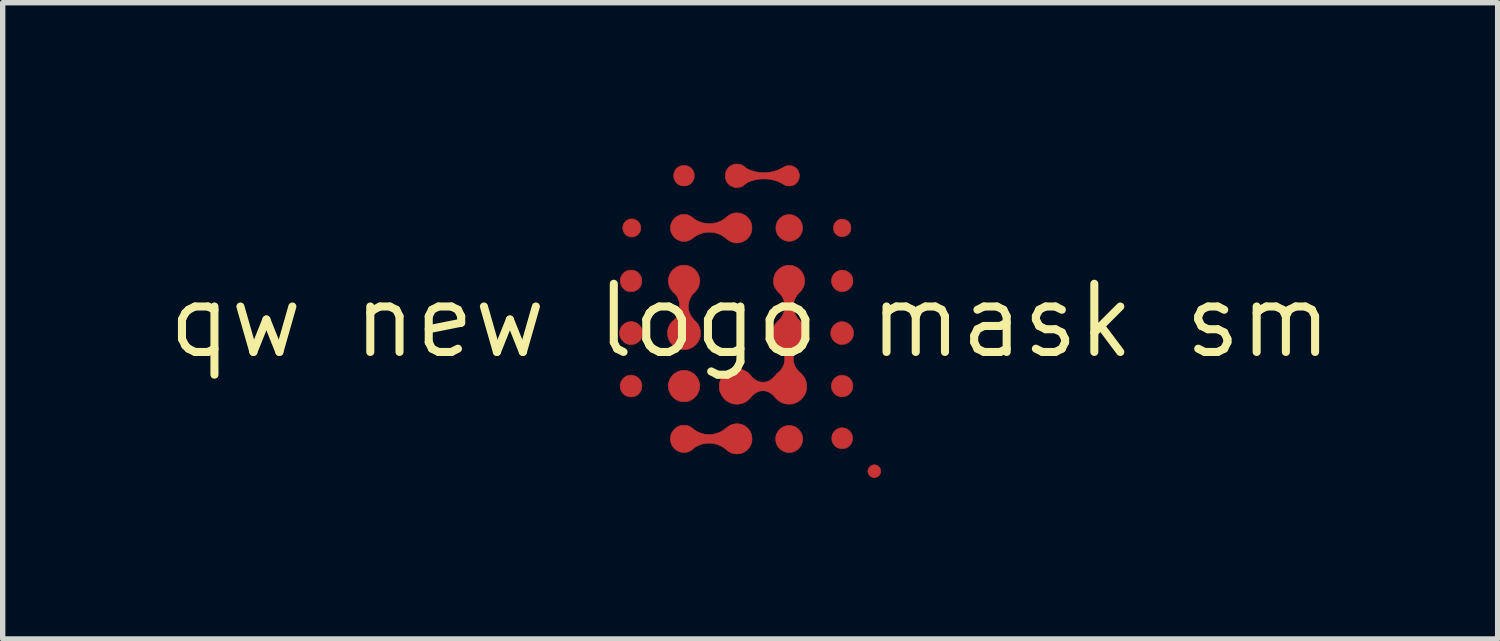
<source format=kicad_pcb>
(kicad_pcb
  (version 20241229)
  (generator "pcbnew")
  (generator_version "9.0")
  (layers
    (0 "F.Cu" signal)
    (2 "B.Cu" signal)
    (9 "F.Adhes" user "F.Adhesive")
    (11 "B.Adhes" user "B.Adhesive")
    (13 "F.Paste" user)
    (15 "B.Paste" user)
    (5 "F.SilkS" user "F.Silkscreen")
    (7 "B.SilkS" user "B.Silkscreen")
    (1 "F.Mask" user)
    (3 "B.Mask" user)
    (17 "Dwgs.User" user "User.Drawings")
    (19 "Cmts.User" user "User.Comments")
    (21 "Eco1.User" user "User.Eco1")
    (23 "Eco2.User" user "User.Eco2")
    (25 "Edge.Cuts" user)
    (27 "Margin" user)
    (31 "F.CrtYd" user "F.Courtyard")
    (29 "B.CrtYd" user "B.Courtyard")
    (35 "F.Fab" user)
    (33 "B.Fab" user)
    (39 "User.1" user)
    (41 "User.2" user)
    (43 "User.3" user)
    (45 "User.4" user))
  (footprint "qw new logo mask sm"
    (layer "F.Cu")
    (at 10.923 2.926)
    (property "Reference" "qw new logo mask sm" (at 0 0 0) (layer "F.SilkS") (effects (font (size 1.27 1.27) (thickness 0.15))))
    (attr through_hole)
    (fp_poly (pts (xy 2.328 2.683) (xy 2.35 2.688) (xy 2.37 2.696) (xy 2.388 2.709) (xy 2.404 2.724) (xy 2.417 2.743) (xy 2.426 2.764) (xy 2.431 2.783) (xy 2.433 2.806) (xy 2.43 2.828) (xy 2.422 2.848) (xy 2.412 2.867) (xy 2.398 2.884) (xy 2.381 2.898) (xy 2.362 2.909) (xy 2.342 2.917) (xy 2.32 2.92) (xy 2.298 2.92) (xy 2.284 2.917) (xy 2.261 2.908) (xy 2.241 2.896) (xy 2.224 2.879) (xy 2.21 2.86) (xy 2.2 2.839) (xy 2.195 2.818) (xy 2.193 2.795) (xy 2.197 2.773) (xy 2.205 2.751) (xy 2.217 2.732) (xy 2.232 2.714) (xy 2.251 2.7) (xy 2.262 2.694) (xy 2.284 2.685) (xy 2.306 2.682) (xy 2.328 2.683)) (stroke (width 0.01) (type solid)) (fill yes) (layer "F.Cu"))
    (fp_poly (pts (xy 1.751 -1.89) (xy 1.776 -1.882) (xy 1.8 -1.871) (xy 1.821 -1.856) (xy 1.84 -1.837) (xy 1.855 -1.816) (xy 1.865 -1.797) (xy 1.871 -1.777) (xy 1.875 -1.756) (xy 1.876 -1.74) (xy 1.876 -1.714) (xy 1.873 -1.692) (xy 1.866 -1.67) (xy 1.859 -1.653) (xy 1.845 -1.63) (xy 1.827 -1.61) (xy 1.806 -1.594) (xy 1.782 -1.582) (xy 1.757 -1.573) (xy 1.73 -1.568) (xy 1.702 -1.568) (xy 1.676 -1.571) (xy 1.651 -1.579) (xy 1.627 -1.592) (xy 1.605 -1.608) (xy 1.587 -1.628) (xy 1.571 -1.65) (xy 1.56 -1.674) (xy 1.556 -1.691) (xy 1.553 -1.71) (xy 1.552 -1.73) (xy 1.552 -1.75) (xy 1.555 -1.767) (xy 1.556 -1.77) (xy 1.565 -1.798) (xy 1.578 -1.822) (xy 1.595 -1.844) (xy 1.616 -1.862) (xy 1.621 -1.866) (xy 1.646 -1.88) (xy 1.671 -1.889) (xy 1.698 -1.893) (xy 1.724 -1.894) (xy 1.751 -1.89)) (stroke (width 0.01) (type solid)) (fill yes) (layer "F.Cu"))
    (fp_poly (pts (xy -2.185 -1.897) (xy -2.165 -1.894) (xy -2.146 -1.888) (xy -2.129 -1.88) (xy -2.112 -1.87) (xy -2.096 -1.857) (xy -2.08 -1.842) (xy -2.067 -1.825) (xy -2.057 -1.809) (xy -2.045 -1.782) (xy -2.039 -1.754) (xy -2.037 -1.726) (xy -2.04 -1.698) (xy -2.048 -1.671) (xy -2.06 -1.646) (xy -2.075 -1.624) (xy -2.094 -1.604) (xy -2.116 -1.588) (xy -2.14 -1.576) (xy -2.167 -1.567) (xy -2.193 -1.563) (xy -2.221 -1.563) (xy -2.245 -1.567) (xy -2.264 -1.573) (xy -2.279 -1.58) (xy -2.294 -1.588) (xy -2.302 -1.594) (xy -2.324 -1.612) (xy -2.342 -1.634) (xy -2.356 -1.657) (xy -2.366 -1.683) (xy -2.372 -1.71) (xy -2.373 -1.737) (xy -2.37 -1.764) (xy -2.362 -1.791) (xy -2.35 -1.817) (xy -2.349 -1.818) (xy -2.339 -1.832) (xy -2.326 -1.846) (xy -2.312 -1.86) (xy -2.297 -1.871) (xy -2.291 -1.875) (xy -2.266 -1.887) (xy -2.241 -1.895) (xy -2.214 -1.898) (xy -2.207 -1.898) (xy -2.185 -1.897)) (stroke (width 0.01) (type solid)) (fill yes) (layer "F.Cu"))
    (fp_poly (pts (xy 1.735 1.016) (xy 1.767 1.022) (xy 1.796 1.032) (xy 1.823 1.047) (xy 1.847 1.064) (xy 1.867 1.085) (xy 1.884 1.109) (xy 1.898 1.135) (xy 1.907 1.164) (xy 1.912 1.194) (xy 1.913 1.225) (xy 1.909 1.257) (xy 1.907 1.267) (xy 1.902 1.282) (xy 1.895 1.299) (xy 1.885 1.317) (xy 1.874 1.334) (xy 1.863 1.348) (xy 1.863 1.348) (xy 1.839 1.371) (xy 1.814 1.389) (xy 1.787 1.402) (xy 1.758 1.41) (xy 1.727 1.414) (xy 1.712 1.414) (xy 1.7 1.414) (xy 1.689 1.414) (xy 1.68 1.413) (xy 1.676 1.413) (xy 1.653 1.407) (xy 1.628 1.397) (xy 1.605 1.383) (xy 1.582 1.367) (xy 1.563 1.348) (xy 1.551 1.334) (xy 1.535 1.308) (xy 1.523 1.279) (xy 1.515 1.249) (xy 1.512 1.219) (xy 1.514 1.188) (xy 1.521 1.157) (xy 1.523 1.15) (xy 1.535 1.122) (xy 1.551 1.096) (xy 1.571 1.073) (xy 1.594 1.054) (xy 1.619 1.038) (xy 1.646 1.025) (xy 1.675 1.018) (xy 1.705 1.014) (xy 1.735 1.016)) (stroke (width 0.01) (type solid)) (fill yes) (layer "F.Cu"))
    (fp_poly (pts (xy -2.203 1.013) (xy -2.182 1.016) (xy -2.168 1.018) (xy -2.137 1.029) (xy -2.11 1.043) (xy -2.085 1.062) (xy -2.063 1.084) (xy -2.045 1.109) (xy -2.031 1.137) (xy -2.022 1.164) (xy -2.018 1.184) (xy -2.017 1.207) (xy -2.017 1.23) (xy -2.019 1.253) (xy -2.022 1.264) (xy -2.032 1.295) (xy -2.046 1.322) (xy -2.063 1.347) (xy -2.085 1.369) (xy -2.109 1.387) (xy -2.136 1.401) (xy -2.166 1.411) (xy -2.175 1.413) (xy -2.192 1.416) (xy -2.213 1.417) (xy -2.233 1.417) (xy -2.252 1.415) (xy -2.261 1.413) (xy -2.291 1.405) (xy -2.319 1.392) (xy -2.345 1.375) (xy -2.367 1.354) (xy -2.387 1.33) (xy -2.4 1.307) (xy -2.408 1.29) (xy -2.413 1.274) (xy -2.417 1.258) (xy -2.419 1.239) (xy -2.42 1.225) (xy -2.419 1.192) (xy -2.414 1.161) (xy -2.405 1.133) (xy -2.39 1.106) (xy -2.371 1.081) (xy -2.354 1.063) (xy -2.336 1.049) (xy -2.315 1.036) (xy -2.292 1.025) (xy -2.269 1.018) (xy -2.266 1.017) (xy -2.247 1.014) (xy -2.225 1.013) (xy -2.203 1.013)) (stroke (width 0.01) (type solid)) (fill yes) (layer "F.Cu"))
    (fp_poly (pts (xy 1.73 0.017) (xy 1.754 0.02) (xy 1.764 0.023) (xy 1.795 0.033) (xy 1.824 0.049) (xy 1.85 0.068) (xy 1.873 0.09) (xy 1.892 0.116) (xy 1.907 0.144) (xy 1.918 0.173) (xy 1.922 0.193) (xy 1.924 0.216) (xy 1.925 0.239) (xy 1.923 0.26) (xy 1.922 0.266) (xy 1.914 0.297) (xy 1.901 0.327) (xy 1.884 0.354) (xy 1.863 0.378) (xy 1.839 0.398) (xy 1.812 0.416) (xy 1.782 0.429) (xy 1.769 0.433) (xy 1.751 0.437) (xy 1.731 0.44) (xy 1.711 0.441) (xy 1.693 0.44) (xy 1.685 0.44) (xy 1.653 0.432) (xy 1.623 0.42) (xy 1.595 0.404) (xy 1.57 0.384) (xy 1.549 0.361) (xy 1.53 0.336) (xy 1.516 0.307) (xy 1.506 0.276) (xy 1.505 0.27) (xy 1.503 0.26) (xy 1.502 0.246) (xy 1.501 0.232) (xy 1.501 0.227) (xy 1.504 0.196) (xy 1.511 0.165) (xy 1.522 0.137) (xy 1.538 0.11) (xy 1.557 0.086) (xy 1.58 0.065) (xy 1.606 0.046) (xy 1.635 0.032) (xy 1.657 0.024) (xy 1.68 0.019) (xy 1.705 0.017) (xy 1.73 0.017)) (stroke (width 0.01) (type solid)) (fill yes) (layer "F.Cu"))
    (fp_poly (pts (xy 1.728 -0.943) (xy 1.75 -0.941) (xy 1.766 -0.938) (xy 1.796 -0.927) (xy 1.824 -0.911) (xy 1.848 -0.892) (xy 1.87 -0.87) (xy 1.888 -0.844) (xy 1.901 -0.815) (xy 1.908 -0.796) (xy 1.911 -0.78) (xy 1.913 -0.76) (xy 1.914 -0.74) (xy 1.913 -0.72) (xy 1.911 -0.702) (xy 1.909 -0.696) (xy 1.903 -0.678) (xy 1.894 -0.658) (xy 1.884 -0.639) (xy 1.873 -0.623) (xy 1.868 -0.617) (xy 1.849 -0.597) (xy 1.826 -0.579) (xy 1.802 -0.565) (xy 1.776 -0.554) (xy 1.762 -0.55) (xy 1.752 -0.548) (xy 1.739 -0.546) (xy 1.725 -0.545) (xy 1.71 -0.545) (xy 1.698 -0.544) (xy 1.689 -0.545) (xy 1.688 -0.545) (xy 1.663 -0.551) (xy 1.638 -0.56) (xy 1.615 -0.571) (xy 1.594 -0.585) (xy 1.588 -0.589) (xy 1.567 -0.61) (xy 1.548 -0.634) (xy 1.533 -0.662) (xy 1.522 -0.69) (xy 1.521 -0.692) (xy 1.517 -0.712) (xy 1.515 -0.735) (xy 1.515 -0.758) (xy 1.518 -0.78) (xy 1.521 -0.796) (xy 1.532 -0.826) (xy 1.548 -0.854) (xy 1.567 -0.879) (xy 1.59 -0.9) (xy 1.615 -0.918) (xy 1.644 -0.932) (xy 1.663 -0.938) (xy 1.682 -0.942) (xy 1.704 -0.944) (xy 1.728 -0.943)) (stroke (width 0.01) (type solid)) (fill yes) (layer "F.Cu"))
    (fp_poly (pts (xy 0.75 -1.978) (xy 0.771 -1.975) (xy 0.772 -1.975) (xy 0.807 -1.966) (xy 0.839 -1.952) (xy 0.87 -1.933) (xy 0.897 -1.911) (xy 0.921 -1.885) (xy 0.926 -1.879) (xy 0.936 -1.864) (xy 0.946 -1.847) (xy 0.955 -1.827) (xy 0.963 -1.809) (xy 0.968 -1.792) (xy 0.971 -1.776) (xy 0.973 -1.758) (xy 0.974 -1.737) (xy 0.974 -1.716) (xy 0.973 -1.696) (xy 0.97 -1.678) (xy 0.968 -1.671) (xy 0.957 -1.637) (xy 0.941 -1.606) (xy 0.922 -1.578) (xy 0.899 -1.553) (xy 0.874 -1.531) (xy 0.846 -1.513) (xy 0.816 -1.499) (xy 0.784 -1.489) (xy 0.751 -1.483) (xy 0.716 -1.482) (xy 0.7 -1.483) (xy 0.666 -1.49) (xy 0.633 -1.501) (xy 0.602 -1.516) (xy 0.574 -1.536) (xy 0.548 -1.559) (xy 0.525 -1.587) (xy 0.506 -1.617) (xy 0.492 -1.649) (xy 0.485 -1.673) (xy 0.481 -1.691) (xy 0.479 -1.712) (xy 0.479 -1.734) (xy 0.48 -1.756) (xy 0.482 -1.776) (xy 0.483 -1.782) (xy 0.494 -1.817) (xy 0.508 -1.849) (xy 0.527 -1.878) (xy 0.55 -1.904) (xy 0.575 -1.927) (xy 0.604 -1.947) (xy 0.636 -1.962) (xy 0.659 -1.97) (xy 0.68 -1.974) (xy 0.703 -1.977) (xy 0.727 -1.979) (xy 0.75 -1.978)) (stroke (width 0.01) (type solid)) (fill yes) (layer "F.Cu"))
    (fp_poly (pts (xy -1.205 0.923) (xy -1.17 0.929) (xy -1.136 0.939) (xy -1.102 0.953) (xy -1.07 0.972) (xy -1.04 0.995) (xy -1.027 1.008) (xy -1.001 1.037) (xy -0.979 1.069) (xy -0.962 1.102) (xy -0.95 1.137) (xy -0.943 1.175) (xy -0.94 1.213) (xy -0.941 1.228) (xy -0.943 1.259) (xy -0.949 1.287) (xy -0.958 1.315) (xy -0.969 1.34) (xy -0.987 1.373) (xy -1.01 1.403) (xy -1.036 1.43) (xy -1.065 1.454) (xy -1.096 1.474) (xy -1.13 1.489) (xy -1.165 1.5) (xy -1.177 1.502) (xy -1.191 1.504) (xy -1.207 1.506) (xy -1.223 1.507) (xy -1.239 1.508) (xy -1.252 1.507) (xy -1.255 1.507) (xy -1.293 1.501) (xy -1.329 1.491) (xy -1.363 1.476) (xy -1.396 1.457) (xy -1.425 1.434) (xy -1.451 1.408) (xy -1.474 1.379) (xy -1.493 1.346) (xy -1.508 1.311) (xy -1.511 1.303) (xy -1.518 1.278) (xy -1.523 1.254) (xy -1.524 1.228) (xy -1.525 1.214) (xy -1.522 1.176) (xy -1.515 1.139) (xy -1.503 1.103) (xy -1.486 1.07) (xy -1.464 1.038) (xy -1.438 1.009) (xy -1.438 1.008) (xy -1.409 0.983) (xy -1.378 0.962) (xy -1.345 0.945) (xy -1.311 0.933) (xy -1.276 0.926) (xy -1.241 0.922) (xy -1.205 0.923)) (stroke (width 0.01) (type solid)) (fill yes) (layer "F.Cu"))
    (fp_poly (pts (xy -1.201 -2.893) (xy -1.172 -2.885) (xy -1.143 -2.874) (xy -1.131 -2.867) (xy -1.121 -2.861) (xy -1.112 -2.854) (xy -1.102 -2.845) (xy -1.097 -2.84) (xy -1.083 -2.824) (xy -1.071 -2.809) (xy -1.062 -2.793) (xy -1.054 -2.775) (xy -1.051 -2.767) (xy -1.048 -2.758) (xy -1.046 -2.751) (xy -1.044 -2.744) (xy -1.043 -2.736) (xy -1.043 -2.727) (xy -1.043 -2.714) (xy -1.043 -2.704) (xy -1.043 -2.688) (xy -1.043 -2.676) (xy -1.044 -2.667) (xy -1.045 -2.659) (xy -1.047 -2.652) (xy -1.049 -2.644) (xy -1.049 -2.644) (xy -1.061 -2.616) (xy -1.077 -2.59) (xy -1.096 -2.568) (xy -1.118 -2.548) (xy -1.143 -2.533) (xy -1.157 -2.526) (xy -1.182 -2.518) (xy -1.21 -2.514) (xy -1.238 -2.512) (xy -1.265 -2.515) (xy -1.273 -2.516) (xy -1.304 -2.525) (xy -1.331 -2.538) (xy -1.356 -2.555) (xy -1.377 -2.576) (xy -1.395 -2.6) (xy -1.409 -2.628) (xy -1.418 -2.654) (xy -1.421 -2.673) (xy -1.423 -2.694) (xy -1.423 -2.717) (xy -1.421 -2.738) (xy -1.418 -2.754) (xy -1.407 -2.783) (xy -1.393 -2.81) (xy -1.375 -2.834) (xy -1.353 -2.854) (xy -1.328 -2.87) (xy -1.301 -2.883) (xy -1.271 -2.891) (xy -1.26 -2.893) (xy -1.23 -2.895) (xy -1.201 -2.893)) (stroke (width 0.01) (type solid)) (fill yes) (layer "F.Cu"))
    (fp_poly (pts (xy 1.733 1.994) (xy 1.764 2) (xy 1.777 2.004) (xy 1.796 2.011) (xy 1.811 2.019) (xy 1.826 2.029) (xy 1.841 2.042) (xy 1.85 2.051) (xy 1.862 2.063) (xy 1.871 2.074) (xy 1.878 2.084) (xy 1.885 2.095) (xy 1.893 2.113) (xy 1.899 2.128) (xy 1.903 2.143) (xy 1.905 2.159) (xy 1.907 2.179) (xy 1.907 2.179) (xy 1.907 2.194) (xy 1.907 2.206) (xy 1.906 2.215) (xy 1.905 2.225) (xy 1.903 2.233) (xy 1.893 2.262) (xy 1.879 2.289) (xy 1.861 2.314) (xy 1.84 2.336) (xy 1.815 2.354) (xy 1.789 2.368) (xy 1.764 2.376) (xy 1.751 2.379) (xy 1.734 2.381) (xy 1.716 2.381) (xy 1.699 2.381) (xy 1.683 2.38) (xy 1.674 2.379) (xy 1.643 2.369) (xy 1.615 2.356) (xy 1.589 2.338) (xy 1.567 2.316) (xy 1.548 2.29) (xy 1.541 2.278) (xy 1.533 2.261) (xy 1.527 2.245) (xy 1.523 2.229) (xy 1.521 2.21) (xy 1.52 2.188) (xy 1.521 2.167) (xy 1.523 2.149) (xy 1.526 2.133) (xy 1.532 2.117) (xy 1.54 2.099) (xy 1.543 2.094) (xy 1.553 2.078) (xy 1.566 2.061) (xy 1.582 2.045) (xy 1.598 2.031) (xy 1.614 2.02) (xy 1.642 2.006) (xy 1.672 1.997) (xy 1.702 1.993) (xy 1.733 1.994)) (stroke (width 0.01) (type solid)) (fill yes) (layer "F.Cu"))
    (fp_poly (pts (xy -2.2 -0.943) (xy -2.189 -0.943) (xy -2.18 -0.943) (xy -2.172 -0.941) (xy -2.165 -0.94) (xy -2.158 -0.937) (xy -2.155 -0.936) (xy -2.125 -0.923) (xy -2.098 -0.907) (xy -2.075 -0.886) (xy -2.055 -0.862) (xy -2.038 -0.835) (xy -2.026 -0.806) (xy -2.023 -0.794) (xy -2.02 -0.779) (xy -2.019 -0.762) (xy -2.018 -0.743) (xy -2.019 -0.724) (xy -2.02 -0.707) (xy -2.023 -0.694) (xy -2.023 -0.693) (xy -2.034 -0.663) (xy -2.048 -0.636) (xy -2.067 -0.611) (xy -2.089 -0.589) (xy -2.114 -0.572) (xy -2.123 -0.567) (xy -2.141 -0.558) (xy -2.157 -0.552) (xy -2.173 -0.548) (xy -2.191 -0.546) (xy -2.211 -0.545) (xy -2.212 -0.545) (xy -2.226 -0.545) (xy -2.239 -0.545) (xy -2.25 -0.545) (xy -2.257 -0.546) (xy -2.258 -0.546) (xy -2.289 -0.555) (xy -2.317 -0.568) (xy -2.343 -0.585) (xy -2.366 -0.606) (xy -2.385 -0.63) (xy -2.4 -0.657) (xy -2.411 -0.687) (xy -2.418 -0.718) (xy -2.418 -0.721) (xy -2.42 -0.751) (xy -2.417 -0.781) (xy -2.409 -0.81) (xy -2.397 -0.838) (xy -2.381 -0.863) (xy -2.362 -0.886) (xy -2.339 -0.906) (xy -2.313 -0.922) (xy -2.311 -0.923) (xy -2.296 -0.931) (xy -2.281 -0.936) (xy -2.267 -0.94) (xy -2.252 -0.942) (xy -2.234 -0.943) (xy -2.216 -0.944) (xy -2.2 -0.943)) (stroke (width 0.01) (type solid)) (fill yes) (layer "F.Cu"))
    (fp_poly (pts (xy 0.74 1.95) (xy 0.764 1.952) (xy 0.783 1.955) (xy 0.817 1.966) (xy 0.848 1.981) (xy 0.876 1.999) (xy 0.901 2.021) (xy 0.923 2.045) (xy 0.942 2.072) (xy 0.957 2.1) (xy 0.968 2.131) (xy 0.976 2.162) (xy 0.979 2.195) (xy 0.978 2.228) (xy 0.972 2.261) (xy 0.961 2.294) (xy 0.957 2.303) (xy 0.944 2.327) (xy 0.928 2.351) (xy 0.909 2.374) (xy 0.888 2.394) (xy 0.866 2.411) (xy 0.865 2.411) (xy 0.846 2.423) (xy 0.824 2.433) (xy 0.802 2.442) (xy 0.787 2.446) (xy 0.771 2.449) (xy 0.752 2.451) (xy 0.731 2.453) (xy 0.712 2.453) (xy 0.694 2.452) (xy 0.682 2.45) (xy 0.647 2.44) (xy 0.614 2.426) (xy 0.583 2.408) (xy 0.556 2.386) (xy 0.532 2.361) (xy 0.512 2.332) (xy 0.495 2.3) (xy 0.483 2.266) (xy 0.482 2.263) (xy 0.48 2.254) (xy 0.478 2.245) (xy 0.477 2.235) (xy 0.477 2.224) (xy 0.476 2.209) (xy 0.476 2.201) (xy 0.477 2.178) (xy 0.478 2.158) (xy 0.481 2.141) (xy 0.486 2.124) (xy 0.493 2.107) (xy 0.5 2.092) (xy 0.519 2.06) (xy 0.541 2.032) (xy 0.566 2.008) (xy 0.595 1.987) (xy 0.626 1.971) (xy 0.661 1.958) (xy 0.67 1.956) (xy 0.691 1.952) (xy 0.715 1.95) (xy 0.74 1.95)) (stroke (width 0.01) (type solid)) (fill yes) (layer "F.Cu"))
    (fp_poly (pts (xy -2.202 0.016) (xy -2.181 0.018) (xy -2.162 0.022) (xy -2.158 0.023) (xy -2.126 0.035) (xy -2.097 0.052) (xy -2.072 0.072) (xy -2.05 0.096) (xy -2.032 0.123) (xy -2.018 0.153) (xy -2.013 0.169) (xy -2.01 0.179) (xy -2.008 0.188) (xy -2.007 0.198) (xy -2.006 0.209) (xy -2.006 0.223) (xy -2.006 0.227) (xy -2.006 0.248) (xy -2.007 0.266) (xy -2.01 0.281) (xy -2.015 0.297) (xy -2.022 0.313) (xy -2.026 0.322) (xy -2.042 0.35) (xy -2.062 0.375) (xy -2.086 0.397) (xy -2.113 0.415) (xy -2.144 0.429) (xy -2.155 0.433) (xy -2.164 0.436) (xy -2.172 0.438) (xy -2.181 0.439) (xy -2.192 0.44) (xy -2.207 0.441) (xy -2.214 0.441) (xy -2.23 0.441) (xy -2.242 0.441) (xy -2.252 0.441) (xy -2.26 0.439) (xy -2.269 0.437) (xy -2.269 0.437) (xy -2.296 0.428) (xy -2.32 0.418) (xy -2.341 0.404) (xy -2.361 0.388) (xy -2.365 0.384) (xy -2.388 0.359) (xy -2.406 0.332) (xy -2.419 0.304) (xy -2.428 0.273) (xy -2.432 0.242) (xy -2.432 0.211) (xy -2.427 0.179) (xy -2.417 0.148) (xy -2.413 0.138) (xy -2.398 0.111) (xy -2.379 0.087) (xy -2.356 0.065) (xy -2.331 0.047) (xy -2.303 0.032) (xy -2.273 0.022) (xy -2.267 0.02) (xy -2.247 0.017) (xy -2.225 0.015) (xy -2.202 0.016)) (stroke (width 0.01) (type solid)) (fill yes) (layer "F.Cu"))
    (fp_poly (pts (xy -0.218 1.918) (xy -0.182 1.924) (xy -0.147 1.934) (xy -0.114 1.949) (xy -0.083 1.968) (xy -0.055 1.991) (xy -0.03 2.016) (xy -0.028 2.019) (xy -0.006 2.05) (xy 0.012 2.083) (xy 0.024 2.118) (xy 0.032 2.155) (xy 0.035 2.193) (xy 0.035 2.211) (xy 0.032 2.242) (xy 0.027 2.27) (xy 0.018 2.297) (xy 0.006 2.323) (xy -0.007 2.348) (xy -0.022 2.369) (xy -0.039 2.389) (xy -0.052 2.402) (xy -0.081 2.426) (xy -0.112 2.446) (xy -0.147 2.462) (xy -0.175 2.471) (xy -0.196 2.475) (xy -0.22 2.477) (xy -0.245 2.479) (xy -0.27 2.478) (xy -0.293 2.476) (xy -0.305 2.474) (xy -0.332 2.467) (xy -0.358 2.457) (xy -0.383 2.444) (xy -0.408 2.428) (xy -0.434 2.408) (xy -0.439 2.404) (xy -0.476 2.375) (xy -0.512 2.35) (xy -0.547 2.33) (xy -0.583 2.313) (xy -0.609 2.304) (xy -0.657 2.29) (xy -0.705 2.282) (xy -0.753 2.278) (xy -0.801 2.28) (xy -0.849 2.286) (xy -0.896 2.296) (xy -0.941 2.312) (xy -0.968 2.323) (xy -0.993 2.336) (xy -1.014 2.348) (xy -1.032 2.36) (xy -1.048 2.373) (xy -1.055 2.379) (xy -1.084 2.403) (xy -1.115 2.423) (xy -1.147 2.437) (xy -1.18 2.447) (xy -1.214 2.452) (xy -1.249 2.452) (xy -1.284 2.447) (xy -1.294 2.445) (xy -1.327 2.434) (xy -1.358 2.419) (xy -1.386 2.399) (xy -1.412 2.377) (xy -1.435 2.35) (xy -1.454 2.322) (xy -1.468 2.29) (xy -1.472 2.281) (xy -1.481 2.246) (xy -1.486 2.211) (xy -1.485 2.177) (xy -1.48 2.143) (xy -1.47 2.11) (xy -1.455 2.079) (xy -1.436 2.049) (xy -1.413 2.022) (xy -1.405 2.014) (xy -1.378 1.991) (xy -1.348 1.973) (xy -1.317 1.959) (xy -1.284 1.95) (xy -1.249 1.946) (xy -1.231 1.945) (xy -1.215 1.945) (xy -1.202 1.946) (xy -1.19 1.948) (xy -1.178 1.95) (xy -1.172 1.952) (xy -1.138 1.963) (xy -1.106 1.979) (xy -1.076 1.999) (xy -1.06 2.013) (xy -1.039 2.029) (xy -1.015 2.046) (xy -0.987 2.062) (xy -0.957 2.077) (xy -0.925 2.09) (xy -0.894 2.1) (xy -0.863 2.109) (xy -0.855 2.111) (xy -0.808 2.117) (xy -0.762 2.119) (xy -0.715 2.116) (xy -0.668 2.109) (xy -0.622 2.096) (xy -0.578 2.08) (xy -0.535 2.059) (xy -0.522 2.051) (xy -0.51 2.044) (xy -0.496 2.034) (xy -0.48 2.022) (xy -0.464 2.01) (xy -0.449 1.999) (xy -0.436 1.989) (xy -0.432 1.986) (xy -0.403 1.964) (xy -0.371 1.945) (xy -0.337 1.931) (xy -0.301 1.922) (xy -0.265 1.917) (xy -0.228 1.917) (xy -0.218 1.918)) (stroke (width 0.01) (type solid)) (fill yes) (layer "F.Cu"))
    (fp_poly (pts (xy -0.221 -2.919) (xy -0.19 -2.913) (xy -0.161 -2.904) (xy -0.133 -2.89) (xy -0.108 -2.873) (xy -0.087 -2.854) (xy -0.077 -2.845) (xy -0.063 -2.836) (xy -0.045 -2.827) (xy -0.024 -2.817) (xy -0.001 -2.808) (xy 0.024 -2.799) (xy 0.05 -2.79) (xy 0.077 -2.783) (xy 0.103 -2.776) (xy 0.115 -2.774) (xy 0.136 -2.77) (xy 0.155 -2.767) (xy 0.174 -2.764) (xy 0.194 -2.763) (xy 0.217 -2.761) (xy 0.218 -2.761) (xy 0.272 -2.76) (xy 0.327 -2.764) (xy 0.381 -2.771) (xy 0.434 -2.782) (xy 0.485 -2.797) (xy 0.512 -2.807) (xy 0.527 -2.813) (xy 0.544 -2.821) (xy 0.562 -2.83) (xy 0.58 -2.839) (xy 0.597 -2.847) (xy 0.611 -2.855) (xy 0.622 -2.862) (xy 0.643 -2.873) (xy 0.668 -2.883) (xy 0.683 -2.887) (xy 0.7 -2.89) (xy 0.72 -2.891) (xy 0.74 -2.891) (xy 0.76 -2.889) (xy 0.778 -2.886) (xy 0.778 -2.886) (xy 0.807 -2.876) (xy 0.833 -2.861) (xy 0.856 -2.843) (xy 0.876 -2.821) (xy 0.893 -2.797) (xy 0.905 -2.769) (xy 0.913 -2.743) (xy 0.917 -2.711) (xy 0.916 -2.68) (xy 0.91 -2.649) (xy 0.899 -2.619) (xy 0.896 -2.614) (xy 0.89 -2.601) (xy 0.884 -2.591) (xy 0.877 -2.582) (xy 0.868 -2.572) (xy 0.863 -2.567) (xy 0.839 -2.547) (xy 0.814 -2.531) (xy 0.786 -2.52) (xy 0.756 -2.514) (xy 0.726 -2.512) (xy 0.7 -2.514) (xy 0.675 -2.518) (xy 0.651 -2.526) (xy 0.627 -2.538) (xy 0.608 -2.551) (xy 0.595 -2.559) (xy 0.578 -2.568) (xy 0.559 -2.578) (xy 0.539 -2.587) (xy 0.519 -2.596) (xy 0.5 -2.603) (xy 0.495 -2.605) (xy 0.452 -2.618) (xy 0.409 -2.629) (xy 0.365 -2.636) (xy 0.319 -2.641) (xy 0.269 -2.642) (xy 0.254 -2.643) (xy 0.224 -2.642) (xy 0.198 -2.641) (xy 0.174 -2.639) (xy 0.15 -2.637) (xy 0.126 -2.633) (xy 0.104 -2.629) (xy 0.079 -2.623) (xy 0.053 -2.616) (xy 0.028 -2.609) (xy 0.004 -2.6) (xy -0.019 -2.591) (xy -0.039 -2.583) (xy -0.056 -2.574) (xy -0.07 -2.565) (xy -0.08 -2.558) (xy -0.081 -2.556) (xy -0.1 -2.538) (xy -0.121 -2.521) (xy -0.146 -2.507) (xy -0.171 -2.496) (xy -0.191 -2.489) (xy -0.208 -2.486) (xy -0.227 -2.484) (xy -0.247 -2.483) (xy -0.265 -2.483) (xy -0.273 -2.484) (xy -0.307 -2.491) (xy -0.338 -2.503) (xy -0.367 -2.518) (xy -0.392 -2.538) (xy -0.415 -2.561) (xy -0.434 -2.588) (xy -0.442 -2.604) (xy -0.45 -2.621) (xy -0.456 -2.636) (xy -0.46 -2.652) (xy -0.462 -2.67) (xy -0.463 -2.69) (xy -0.463 -2.703) (xy -0.463 -2.718) (xy -0.463 -2.73) (xy -0.462 -2.74) (xy -0.461 -2.748) (xy -0.459 -2.756) (xy -0.456 -2.764) (xy -0.444 -2.796) (xy -0.428 -2.825) (xy -0.408 -2.85) (xy -0.385 -2.872) (xy -0.359 -2.89) (xy -0.329 -2.905) (xy -0.298 -2.915) (xy -0.284 -2.917) (xy -0.253 -2.921) (xy -0.221 -2.919)) (stroke (width 0.01) (type solid)) (fill yes) (layer "F.Cu"))
    (fp_poly (pts (xy -1.194 -1.034) (xy -1.157 -1.026) (xy -1.121 -1.014) (xy -1.087 -0.997) (xy -1.055 -0.976) (xy -1.031 -0.956) (xy -1.011 -0.935) (xy -0.992 -0.91) (xy -0.976 -0.882) (xy -0.961 -0.854) (xy -0.951 -0.825) (xy -0.948 -0.817) (xy -0.942 -0.783) (xy -0.94 -0.749) (xy -0.942 -0.713) (xy -0.947 -0.679) (xy -0.956 -0.65) (xy -0.965 -0.626) (xy -0.976 -0.603) (xy -0.99 -0.582) (xy -1.006 -0.561) (xy -1.025 -0.54) (xy -1.049 -0.517) (xy -1.052 -0.514) (xy -1.064 -0.501) (xy -1.078 -0.484) (xy -1.092 -0.464) (xy -1.105 -0.442) (xy -1.115 -0.423) (xy -1.129 -0.391) (xy -1.14 -0.36) (xy -1.147 -0.329) (xy -1.151 -0.297) (xy -1.152 -0.271) (xy -1.151 -0.241) (xy -1.147 -0.213) (xy -1.141 -0.187) (xy -1.134 -0.162) (xy -1.122 -0.132) (xy -1.109 -0.105) (xy -1.094 -0.08) (xy -1.077 -0.055) (xy -1.056 -0.031) (xy -1.031 -0.005) (xy -1.018 0.008) (xy -1.006 0.02) (xy -0.996 0.032) (xy -0.987 0.042) (xy -0.981 0.049) (xy -0.98 0.051) (xy -0.961 0.081) (xy -0.946 0.115) (xy -0.934 0.151) (xy -0.928 0.179) (xy -0.926 0.199) (xy -0.925 0.223) (xy -0.925 0.248) (xy -0.927 0.272) (xy -0.93 0.294) (xy -0.933 0.306) (xy -0.945 0.342) (xy -0.962 0.377) (xy -0.982 0.409) (xy -1.006 0.438) (xy -1.034 0.464) (xy -1.064 0.487) (xy -1.097 0.505) (xy -1.132 0.52) (xy -1.169 0.53) (xy -1.181 0.532) (xy -1.2 0.534) (xy -1.221 0.535) (xy -1.243 0.535) (xy -1.264 0.535) (xy -1.282 0.533) (xy -1.285 0.532) (xy -1.324 0.523) (xy -1.36 0.509) (xy -1.393 0.491) (xy -1.424 0.469) (xy -1.452 0.443) (xy -1.477 0.414) (xy -1.498 0.383) (xy -1.515 0.348) (xy -1.528 0.311) (xy -1.533 0.292) (xy -1.536 0.276) (xy -1.538 0.256) (xy -1.539 0.235) (xy -1.539 0.215) (xy -1.538 0.196) (xy -1.537 0.187) (xy -1.529 0.15) (xy -1.517 0.113) (xy -1.501 0.079) (xy -1.48 0.047) (xy -1.456 0.017) (xy -1.428 -0.009) (xy -1.425 -0.011) (xy -1.402 -0.032) (xy -1.381 -0.057) (xy -1.363 -0.086) (xy -1.346 -0.117) (xy -1.332 -0.152) (xy -1.321 -0.188) (xy -1.317 -0.207) (xy -1.314 -0.226) (xy -1.312 -0.248) (xy -1.312 -0.272) (xy -1.313 -0.296) (xy -1.315 -0.319) (xy -1.318 -0.339) (xy -1.318 -0.34) (xy -1.325 -0.368) (xy -1.335 -0.396) (xy -1.346 -0.424) (xy -1.36 -0.449) (xy -1.374 -0.473) (xy -1.389 -0.493) (xy -1.404 -0.509) (xy -1.41 -0.514) (xy -1.439 -0.54) (xy -1.464 -0.568) (xy -1.484 -0.599) (xy -1.5 -0.631) (xy -1.512 -0.664) (xy -1.52 -0.699) (xy -1.524 -0.734) (xy -1.523 -0.769) (xy -1.518 -0.804) (xy -1.508 -0.838) (xy -1.494 -0.871) (xy -1.476 -0.903) (xy -1.453 -0.933) (xy -1.438 -0.95) (xy -1.409 -0.975) (xy -1.377 -0.997) (xy -1.344 -1.014) (xy -1.309 -1.026) (xy -1.272 -1.034) (xy -1.234 -1.036) (xy -1.232 -1.036) (xy -1.194 -1.034)) (stroke (width 0.01) (type solid)) (fill yes) (layer "F.Cu"))
    (fp_poly (pts (xy -0.231 -2.01) (xy -0.219 -2.009) (xy -0.182 -2.003) (xy -0.148 -1.992) (xy -0.115 -1.977) (xy -0.084 -1.958) (xy -0.056 -1.935) (xy -0.031 -1.909) (xy -0.01 -1.88) (xy 0.008 -1.848) (xy 0.021 -1.814) (xy 0.025 -1.801) (xy 0.028 -1.784) (xy 0.031 -1.766) (xy 0.032 -1.746) (xy 0.032 -1.743) (xy 0.033 -1.716) (xy 0.031 -1.691) (xy 0.027 -1.668) (xy 0.02 -1.645) (xy 0.02 -1.645) (xy 0.006 -1.609) (xy -0.013 -1.577) (xy -0.035 -1.548) (xy -0.061 -1.521) (xy -0.09 -1.499) (xy -0.122 -1.48) (xy -0.157 -1.466) (xy -0.18 -1.459) (xy -0.197 -1.455) (xy -0.217 -1.453) (xy -0.238 -1.451) (xy -0.258 -1.451) (xy -0.277 -1.452) (xy -0.286 -1.453) (xy -0.316 -1.46) (xy -0.347 -1.47) (xy -0.377 -1.484) (xy -0.4 -1.497) (xy -0.407 -1.502) (xy -0.417 -1.51) (xy -0.428 -1.519) (xy -0.438 -1.528) (xy -0.477 -1.558) (xy -0.518 -1.585) (xy -0.562 -1.608) (xy -0.608 -1.626) (xy -0.654 -1.64) (xy -0.667 -1.642) (xy -0.689 -1.646) (xy -0.715 -1.649) (xy -0.743 -1.65) (xy -0.771 -1.651) (xy -0.797 -1.65) (xy -0.821 -1.648) (xy -0.826 -1.647) (xy -0.874 -1.638) (xy -0.922 -1.623) (xy -0.968 -1.604) (xy -1.012 -1.581) (xy -1.053 -1.553) (xy -1.067 -1.543) (xy -1.087 -1.527) (xy -1.105 -1.515) (xy -1.122 -1.505) (xy -1.139 -1.498) (xy -1.158 -1.491) (xy -1.16 -1.49) (xy -1.194 -1.482) (xy -1.228 -1.479) (xy -1.262 -1.481) (xy -1.296 -1.488) (xy -1.329 -1.499) (xy -1.361 -1.515) (xy -1.372 -1.522) (xy -1.385 -1.532) (xy -1.4 -1.545) (xy -1.414 -1.559) (xy -1.428 -1.574) (xy -1.438 -1.587) (xy -1.44 -1.59) (xy -1.452 -1.61) (xy -1.464 -1.634) (xy -1.473 -1.657) (xy -1.476 -1.668) (xy -1.479 -1.676) (xy -1.48 -1.684) (xy -1.481 -1.693) (xy -1.482 -1.703) (xy -1.482 -1.717) (xy -1.482 -1.73) (xy -1.482 -1.748) (xy -1.481 -1.762) (xy -1.48 -1.773) (xy -1.479 -1.782) (xy -1.477 -1.789) (xy -1.466 -1.824) (xy -1.45 -1.856) (xy -1.429 -1.885) (xy -1.406 -1.911) (xy -1.379 -1.934) (xy -1.349 -1.953) (xy -1.316 -1.968) (xy -1.296 -1.974) (xy -1.288 -1.976) (xy -1.281 -1.978) (xy -1.272 -1.979) (xy -1.263 -1.979) (xy -1.25 -1.98) (xy -1.233 -1.98) (xy -1.232 -1.98) (xy -1.215 -1.98) (xy -1.203 -1.979) (xy -1.193 -1.979) (xy -1.185 -1.978) (xy -1.177 -1.976) (xy -1.169 -1.974) (xy -1.165 -1.973) (xy -1.144 -1.965) (xy -1.122 -1.955) (xy -1.102 -1.944) (xy -1.084 -1.932) (xy -1.068 -1.92) (xy -1.062 -1.914) (xy -1.056 -1.908) (xy -1.046 -1.901) (xy -1.033 -1.892) (xy -1.019 -1.883) (xy -1.005 -1.875) (xy -0.99 -1.866) (xy -0.976 -1.859) (xy -0.976 -1.859) (xy -0.932 -1.841) (xy -0.887 -1.826) (xy -0.839 -1.817) (xy -0.791 -1.812) (xy -0.743 -1.811) (xy -0.695 -1.815) (xy -0.647 -1.823) (xy -0.605 -1.835) (xy -0.567 -1.85) (xy -0.531 -1.867) (xy -0.496 -1.888) (xy -0.465 -1.91) (xy -0.441 -1.931) (xy -0.412 -1.955) (xy -0.383 -1.974) (xy -0.354 -1.989) (xy -0.322 -2) (xy -0.301 -2.005) (xy -0.276 -2.009) (xy -0.253 -2.011) (xy -0.231 -2.01)) (stroke (width 0.01) (type solid)) (fill yes) (layer "F.Cu"))
    (fp_poly (pts (xy 0.748 -1.034) (xy 0.786 -1.028) (xy 0.8 -1.025) (xy 0.834 -1.013) (xy 0.867 -0.997) (xy 0.898 -0.976) (xy 0.926 -0.952) (xy 0.95 -0.925) (xy 0.972 -0.895) (xy 0.989 -0.862) (xy 1.003 -0.828) (xy 1.004 -0.822) (xy 1.012 -0.785) (xy 1.015 -0.749) (xy 1.014 -0.712) (xy 1.007 -0.676) (xy 0.996 -0.641) (xy 0.98 -0.608) (xy 0.96 -0.576) (xy 0.936 -0.547) (xy 0.923 -0.533) (xy 0.893 -0.502) (xy 0.868 -0.469) (xy 0.846 -0.433) (xy 0.829 -0.397) (xy 0.816 -0.359) (xy 0.808 -0.32) (xy 0.804 -0.281) (xy 0.805 -0.241) (xy 0.811 -0.202) (xy 0.821 -0.167) (xy 0.835 -0.13) (xy 0.853 -0.095) (xy 0.874 -0.062) (xy 0.9 -0.03) (xy 0.929 0.001) (xy 0.951 0.023) (xy 0.968 0.044) (xy 0.982 0.064) (xy 0.995 0.086) (xy 1 0.095) (xy 1.014 0.131) (xy 1.025 0.166) (xy 1.03 0.202) (xy 1.031 0.24) (xy 1.03 0.245) (xy 1.026 0.285) (xy 1.017 0.323) (xy 1.003 0.359) (xy 0.985 0.393) (xy 0.962 0.424) (xy 0.934 0.454) (xy 0.913 0.473) (xy 0.896 0.489) (xy 0.879 0.509) (xy 0.862 0.531) (xy 0.847 0.556) (xy 0.834 0.582) (xy 0.823 0.607) (xy 0.821 0.613) (xy 0.811 0.649) (xy 0.805 0.687) (xy 0.805 0.725) (xy 0.809 0.763) (xy 0.818 0.8) (xy 0.821 0.807) (xy 0.835 0.842) (xy 0.854 0.876) (xy 0.876 0.908) (xy 0.901 0.937) (xy 0.919 0.954) (xy 0.942 0.976) (xy 0.961 0.995) (xy 0.978 1.013) (xy 0.991 1.03) (xy 1.003 1.047) (xy 1.014 1.065) (xy 1.021 1.079) (xy 1.036 1.113) (xy 1.046 1.147) (xy 1.052 1.182) (xy 1.054 1.219) (xy 1.054 1.222) (xy 1.052 1.262) (xy 1.045 1.301) (xy 1.034 1.338) (xy 1.02 1.368) (xy 1 1.404) (xy 0.975 1.436) (xy 0.947 1.465) (xy 0.916 1.491) (xy 0.882 1.512) (xy 0.845 1.53) (xy 0.806 1.543) (xy 0.782 1.548) (xy 0.762 1.551) (xy 0.739 1.552) (xy 0.714 1.552) (xy 0.69 1.551) (xy 0.669 1.548) (xy 0.664 1.547) (xy 0.623 1.536) (xy 0.585 1.521) (xy 0.549 1.501) (xy 0.516 1.478) (xy 0.486 1.45) (xy 0.463 1.424) (xy 0.439 1.395) (xy 0.412 1.37) (xy 0.382 1.348) (xy 0.352 1.33) (xy 0.321 1.316) (xy 0.318 1.315) (xy 0.287 1.307) (xy 0.255 1.303) (xy 0.222 1.303) (xy 0.19 1.307) (xy 0.16 1.315) (xy 0.156 1.317) (xy 0.125 1.331) (xy 0.095 1.349) (xy 0.065 1.371) (xy 0.038 1.396) (xy 0.017 1.421) (xy -0.012 1.453) (xy -0.043 1.481) (xy -0.076 1.505) (xy -0.111 1.524) (xy -0.148 1.538) (xy -0.187 1.547) (xy -0.227 1.552) (xy -0.268 1.552) (xy -0.273 1.552) (xy -0.302 1.548) (xy -0.329 1.543) (xy -0.355 1.534) (xy -0.383 1.522) (xy -0.392 1.518) (xy -0.427 1.498) (xy -0.459 1.474) (xy -0.488 1.446) (xy -0.513 1.415) (xy -0.535 1.381) (xy -0.552 1.344) (xy -0.566 1.305) (xy -0.571 1.284) (xy -0.573 1.269) (xy -0.575 1.25) (xy -0.575 1.229) (xy -0.575 1.208) (xy -0.574 1.187) (xy -0.572 1.169) (xy -0.571 1.158) (xy -0.559 1.118) (xy -0.544 1.081) (xy -0.524 1.047) (xy -0.5 1.014) (xy -0.474 0.986) (xy -0.443 0.959) (xy -0.41 0.937) (xy -0.375 0.919) (xy -0.338 0.906) (xy -0.306 0.898) (xy -0.29 0.895) (xy -0.271 0.894) (xy -0.25 0.893) (xy -0.228 0.893) (xy -0.208 0.895) (xy -0.191 0.897) (xy -0.187 0.897) (xy -0.151 0.907) (xy -0.115 0.921) (xy -0.081 0.938) (xy -0.049 0.959) (xy -0.02 0.983) (xy 0.005 1.009) (xy 0.019 1.027) (xy 0.03 1.043) (xy 0.041 1.055) (xy 0.053 1.067) (xy 0.066 1.079) (xy 0.097 1.101) (xy 0.13 1.118) (xy 0.163 1.131) (xy 0.198 1.14) (xy 0.233 1.143) (xy 0.268 1.141) (xy 0.304 1.135) (xy 0.32 1.13) (xy 0.352 1.117) (xy 0.383 1.1) (xy 0.412 1.079) (xy 0.437 1.055) (xy 0.457 1.031) (xy 0.475 1.008) (xy 0.496 0.986) (xy 0.519 0.966) (xy 0.526 0.96) (xy 0.55 0.939) (xy 0.572 0.914) (xy 0.592 0.885) (xy 0.61 0.855) (xy 0.624 0.823) (xy 0.63 0.807) (xy 0.639 0.768) (xy 0.644 0.729) (xy 0.644 0.691) (xy 0.64 0.652) (xy 0.63 0.615) (xy 0.617 0.578) (xy 0.598 0.544) (xy 0.576 0.511) (xy 0.549 0.481) (xy 0.526 0.459) (xy 0.501 0.435) (xy 0.478 0.407) (xy 0.459 0.379) (xy 0.442 0.345) (xy 0.43 0.31) (xy 0.422 0.274) (xy 0.418 0.237) (xy 0.42 0.2) (xy 0.425 0.164) (xy 0.435 0.129) (xy 0.449 0.095) (xy 0.467 0.063) (xy 0.49 0.033) (xy 0.51 0.012) (xy 0.527 -0.004) (xy 0.54 -0.017) (xy 0.551 -0.028) (xy 0.56 -0.038) (xy 0.567 -0.047) (xy 0.574 -0.055) (xy 0.58 -0.064) (xy 0.582 -0.066) (xy 0.604 -0.104) (xy 0.621 -0.143) (xy 0.634 -0.182) (xy 0.642 -0.223) (xy 0.645 -0.264) (xy 0.643 -0.305) (xy 0.637 -0.345) (xy 0.626 -0.385) (xy 0.61 -0.424) (xy 0.59 -0.461) (xy 0.584 -0.47) (xy 0.575 -0.482) (xy 0.565 -0.495) (xy 0.555 -0.506) (xy 0.55 -0.511) (xy 0.525 -0.535) (xy 0.504 -0.558) (xy 0.486 -0.58) (xy 0.472 -0.602) (xy 0.46 -0.624) (xy 0.45 -0.647) (xy 0.443 -0.671) (xy 0.439 -0.69) (xy 0.436 -0.713) (xy 0.435 -0.737) (xy 0.435 -0.761) (xy 0.436 -0.783) (xy 0.438 -0.793) (xy 0.448 -0.831) (xy 0.462 -0.866) (xy 0.48 -0.9) (xy 0.502 -0.93) (xy 0.529 -0.957) (xy 0.558 -0.981) (xy 0.591 -1.002) (xy 0.602 -1.007) (xy 0.638 -1.021) (xy 0.674 -1.031) (xy 0.711 -1.035) (xy 0.748 -1.034)) (stroke (width 0.01) (type solid)) (fill yes) (layer "F.Cu"))
    (fp_poly (pts (xy 2.328 2.683) (xy 2.35 2.688) (xy 2.37 2.696) (xy 2.388 2.709) (xy 2.404 2.724) (xy 2.417 2.743) (xy 2.426 2.764) (xy 2.431 2.783) (xy 2.433 2.806) (xy 2.43 2.828) (xy 2.422 2.848) (xy 2.412 2.867) (xy 2.398 2.884) (xy 2.381 2.898) (xy 2.362 2.909) (xy 2.342 2.917) (xy 2.32 2.92) (xy 2.298 2.92) (xy 2.284 2.917) (xy 2.261 2.908) (xy 2.241 2.896) (xy 2.224 2.879) (xy 2.21 2.86) (xy 2.2 2.839) (xy 2.195 2.818) (xy 2.193 2.795) (xy 2.197 2.773) (xy 2.205 2.751) (xy 2.217 2.732) (xy 2.232 2.714) (xy 2.251 2.7) (xy 2.262 2.694) (xy 2.284 2.685) (xy 2.306 2.682) (xy 2.328 2.683)) (stroke (width 0.01) (type solid)) (fill yes) (layer "F.Mask"))
    (fp_poly (pts (xy 1.751 -1.89) (xy 1.776 -1.882) (xy 1.8 -1.871) (xy 1.821 -1.856) (xy 1.84 -1.837) (xy 1.855 -1.816) (xy 1.865 -1.797) (xy 1.871 -1.777) (xy 1.875 -1.756) (xy 1.876 -1.74) (xy 1.876 -1.714) (xy 1.873 -1.692) (xy 1.866 -1.67) (xy 1.859 -1.653) (xy 1.845 -1.63) (xy 1.827 -1.61) (xy 1.806 -1.594) (xy 1.782 -1.582) (xy 1.757 -1.573) (xy 1.73 -1.568) (xy 1.702 -1.568) (xy 1.676 -1.571) (xy 1.651 -1.579) (xy 1.627 -1.592) (xy 1.605 -1.608) (xy 1.587 -1.628) (xy 1.571 -1.65) (xy 1.56 -1.674) (xy 1.556 -1.691) (xy 1.553 -1.71) (xy 1.552 -1.73) (xy 1.552 -1.75) (xy 1.555 -1.767) (xy 1.556 -1.77) (xy 1.565 -1.798) (xy 1.578 -1.822) (xy 1.595 -1.844) (xy 1.616 -1.862) (xy 1.621 -1.866) (xy 1.646 -1.88) (xy 1.671 -1.889) (xy 1.698 -1.893) (xy 1.724 -1.894) (xy 1.751 -1.89)) (stroke (width 0.01) (type solid)) (fill yes) (layer "F.Mask"))
    (fp_poly (pts (xy -2.185 -1.897) (xy -2.165 -1.894) (xy -2.146 -1.888) (xy -2.129 -1.88) (xy -2.112 -1.87) (xy -2.096 -1.857) (xy -2.08 -1.842) (xy -2.067 -1.825) (xy -2.057 -1.809) (xy -2.045 -1.782) (xy -2.039 -1.754) (xy -2.037 -1.726) (xy -2.04 -1.698) (xy -2.048 -1.671) (xy -2.06 -1.646) (xy -2.075 -1.624) (xy -2.094 -1.604) (xy -2.116 -1.588) (xy -2.14 -1.576) (xy -2.167 -1.567) (xy -2.193 -1.563) (xy -2.221 -1.563) (xy -2.245 -1.567) (xy -2.264 -1.573) (xy -2.279 -1.58) (xy -2.294 -1.588) (xy -2.302 -1.594) (xy -2.324 -1.612) (xy -2.342 -1.634) (xy -2.356 -1.657) (xy -2.366 -1.683) (xy -2.372 -1.71) (xy -2.373 -1.737) (xy -2.37 -1.764) (xy -2.362 -1.791) (xy -2.35 -1.817) (xy -2.349 -1.818) (xy -2.339 -1.832) (xy -2.326 -1.846) (xy -2.312 -1.86) (xy -2.297 -1.871) (xy -2.291 -1.875) (xy -2.266 -1.887) (xy -2.241 -1.895) (xy -2.214 -1.898) (xy -2.207 -1.898) (xy -2.185 -1.897)) (stroke (width 0.01) (type solid)) (fill yes) (layer "F.Mask"))
    (fp_poly (pts (xy 1.735 1.016) (xy 1.767 1.022) (xy 1.796 1.032) (xy 1.823 1.047) (xy 1.847 1.064) (xy 1.867 1.085) (xy 1.884 1.109) (xy 1.898 1.135) (xy 1.907 1.164) (xy 1.912 1.194) (xy 1.913 1.225) (xy 1.909 1.257) (xy 1.907 1.267) (xy 1.902 1.282) (xy 1.895 1.299) (xy 1.885 1.317) (xy 1.874 1.334) (xy 1.863 1.348) (xy 1.863 1.348) (xy 1.839 1.371) (xy 1.814 1.389) (xy 1.787 1.402) (xy 1.758 1.41) (xy 1.727 1.414) (xy 1.712 1.414) (xy 1.7 1.414) (xy 1.689 1.414) (xy 1.68 1.413) (xy 1.676 1.413) (xy 1.653 1.407) (xy 1.628 1.397) (xy 1.605 1.383) (xy 1.582 1.367) (xy 1.563 1.348) (xy 1.551 1.334) (xy 1.535 1.308) (xy 1.523 1.279) (xy 1.515 1.249) (xy 1.512 1.219) (xy 1.514 1.188) (xy 1.521 1.157) (xy 1.523 1.15) (xy 1.535 1.122) (xy 1.551 1.096) (xy 1.571 1.073) (xy 1.594 1.054) (xy 1.619 1.038) (xy 1.646 1.025) (xy 1.675 1.018) (xy 1.705 1.014) (xy 1.735 1.016)) (stroke (width 0.01) (type solid)) (fill yes) (layer "F.Mask"))
    (fp_poly (pts (xy -2.203 1.013) (xy -2.182 1.016) (xy -2.168 1.018) (xy -2.137 1.029) (xy -2.11 1.043) (xy -2.085 1.062) (xy -2.063 1.084) (xy -2.045 1.109) (xy -2.031 1.137) (xy -2.022 1.164) (xy -2.018 1.184) (xy -2.017 1.207) (xy -2.017 1.23) (xy -2.019 1.253) (xy -2.022 1.264) (xy -2.032 1.295) (xy -2.046 1.322) (xy -2.063 1.347) (xy -2.085 1.369) (xy -2.109 1.387) (xy -2.136 1.401) (xy -2.166 1.411) (xy -2.175 1.413) (xy -2.192 1.416) (xy -2.213 1.417) (xy -2.233 1.417) (xy -2.252 1.415) (xy -2.261 1.413) (xy -2.291 1.405) (xy -2.319 1.392) (xy -2.345 1.375) (xy -2.367 1.354) (xy -2.387 1.33) (xy -2.4 1.307) (xy -2.408 1.29) (xy -2.413 1.274) (xy -2.417 1.258) (xy -2.419 1.239) (xy -2.42 1.225) (xy -2.419 1.192) (xy -2.414 1.161) (xy -2.405 1.133) (xy -2.39 1.106) (xy -2.371 1.081) (xy -2.354 1.063) (xy -2.336 1.049) (xy -2.315 1.036) (xy -2.292 1.025) (xy -2.269 1.018) (xy -2.266 1.017) (xy -2.247 1.014) (xy -2.225 1.013) (xy -2.203 1.013)) (stroke (width 0.01) (type solid)) (fill yes) (layer "F.Mask"))
    (fp_poly (pts (xy 1.73 0.017) (xy 1.754 0.02) (xy 1.764 0.023) (xy 1.795 0.033) (xy 1.824 0.049) (xy 1.85 0.068) (xy 1.873 0.09) (xy 1.892 0.116) (xy 1.907 0.144) (xy 1.918 0.173) (xy 1.922 0.193) (xy 1.924 0.216) (xy 1.925 0.239) (xy 1.923 0.26) (xy 1.922 0.266) (xy 1.914 0.297) (xy 1.901 0.327) (xy 1.884 0.354) (xy 1.863 0.378) (xy 1.839 0.398) (xy 1.812 0.416) (xy 1.782 0.429) (xy 1.769 0.433) (xy 1.751 0.437) (xy 1.731 0.44) (xy 1.711 0.441) (xy 1.693 0.44) (xy 1.685 0.44) (xy 1.653 0.432) (xy 1.623 0.42) (xy 1.595 0.404) (xy 1.57 0.384) (xy 1.549 0.361) (xy 1.53 0.336) (xy 1.516 0.307) (xy 1.506 0.276) (xy 1.505 0.27) (xy 1.503 0.26) (xy 1.502 0.246) (xy 1.501 0.232) (xy 1.501 0.227) (xy 1.504 0.196) (xy 1.511 0.165) (xy 1.522 0.137) (xy 1.538 0.11) (xy 1.557 0.086) (xy 1.58 0.065) (xy 1.606 0.046) (xy 1.635 0.032) (xy 1.657 0.024) (xy 1.68 0.019) (xy 1.705 0.017) (xy 1.73 0.017)) (stroke (width 0.01) (type solid)) (fill yes) (layer "F.Mask"))
    (fp_poly (pts (xy 1.728 -0.943) (xy 1.75 -0.941) (xy 1.766 -0.938) (xy 1.796 -0.927) (xy 1.824 -0.911) (xy 1.848 -0.892) (xy 1.87 -0.87) (xy 1.888 -0.844) (xy 1.901 -0.815) (xy 1.908 -0.796) (xy 1.911 -0.78) (xy 1.913 -0.76) (xy 1.914 -0.74) (xy 1.913 -0.72) (xy 1.911 -0.702) (xy 1.909 -0.696) (xy 1.903 -0.678) (xy 1.894 -0.658) (xy 1.884 -0.639) (xy 1.873 -0.623) (xy 1.868 -0.617) (xy 1.849 -0.597) (xy 1.826 -0.579) (xy 1.802 -0.565) (xy 1.776 -0.554) (xy 1.762 -0.55) (xy 1.752 -0.548) (xy 1.739 -0.546) (xy 1.725 -0.545) (xy 1.71 -0.545) (xy 1.698 -0.544) (xy 1.689 -0.545) (xy 1.688 -0.545) (xy 1.663 -0.551) (xy 1.638 -0.56) (xy 1.615 -0.571) (xy 1.594 -0.585) (xy 1.588 -0.589) (xy 1.567 -0.61) (xy 1.548 -0.634) (xy 1.533 -0.662) (xy 1.522 -0.69) (xy 1.521 -0.692) (xy 1.517 -0.712) (xy 1.515 -0.735) (xy 1.515 -0.758) (xy 1.518 -0.78) (xy 1.521 -0.796) (xy 1.532 -0.826) (xy 1.548 -0.854) (xy 1.567 -0.879) (xy 1.59 -0.9) (xy 1.615 -0.918) (xy 1.644 -0.932) (xy 1.663 -0.938) (xy 1.682 -0.942) (xy 1.704 -0.944) (xy 1.728 -0.943)) (stroke (width 0.01) (type solid)) (fill yes) (layer "F.Mask"))
    (fp_poly (pts (xy 0.75 -1.978) (xy 0.771 -1.975) (xy 0.772 -1.975) (xy 0.807 -1.966) (xy 0.839 -1.952) (xy 0.87 -1.933) (xy 0.897 -1.911) (xy 0.921 -1.885) (xy 0.926 -1.879) (xy 0.936 -1.864) (xy 0.946 -1.847) (xy 0.955 -1.827) (xy 0.963 -1.809) (xy 0.968 -1.792) (xy 0.971 -1.776) (xy 0.973 -1.758) (xy 0.974 -1.737) (xy 0.974 -1.716) (xy 0.973 -1.696) (xy 0.97 -1.678) (xy 0.968 -1.671) (xy 0.957 -1.637) (xy 0.941 -1.606) (xy 0.922 -1.578) (xy 0.899 -1.553) (xy 0.874 -1.531) (xy 0.846 -1.513) (xy 0.816 -1.499) (xy 0.784 -1.489) (xy 0.751 -1.483) (xy 0.716 -1.482) (xy 0.7 -1.483) (xy 0.666 -1.49) (xy 0.633 -1.501) (xy 0.602 -1.516) (xy 0.574 -1.536) (xy 0.548 -1.559) (xy 0.525 -1.587) (xy 0.506 -1.617) (xy 0.492 -1.649) (xy 0.485 -1.673) (xy 0.481 -1.691) (xy 0.479 -1.712) (xy 0.479 -1.734) (xy 0.48 -1.756) (xy 0.482 -1.776) (xy 0.483 -1.782) (xy 0.494 -1.817) (xy 0.508 -1.849) (xy 0.527 -1.878) (xy 0.55 -1.904) (xy 0.575 -1.927) (xy 0.604 -1.947) (xy 0.636 -1.962) (xy 0.659 -1.97) (xy 0.68 -1.974) (xy 0.703 -1.977) (xy 0.727 -1.979) (xy 0.75 -1.978)) (stroke (width 0.01) (type solid)) (fill yes) (layer "F.Mask"))
    (fp_poly (pts (xy -1.205 0.923) (xy -1.17 0.929) (xy -1.136 0.939) (xy -1.102 0.953) (xy -1.07 0.972) (xy -1.04 0.995) (xy -1.027 1.008) (xy -1.001 1.037) (xy -0.979 1.069) (xy -0.962 1.102) (xy -0.95 1.137) (xy -0.943 1.175) (xy -0.94 1.213) (xy -0.941 1.228) (xy -0.943 1.259) (xy -0.949 1.287) (xy -0.958 1.315) (xy -0.969 1.34) (xy -0.987 1.373) (xy -1.01 1.403) (xy -1.036 1.43) (xy -1.065 1.454) (xy -1.096 1.474) (xy -1.13 1.489) (xy -1.165 1.5) (xy -1.177 1.502) (xy -1.191 1.504) (xy -1.207 1.506) (xy -1.223 1.507) (xy -1.239 1.508) (xy -1.252 1.507) (xy -1.255 1.507) (xy -1.293 1.501) (xy -1.329 1.491) (xy -1.363 1.476) (xy -1.396 1.457) (xy -1.425 1.434) (xy -1.451 1.408) (xy -1.474 1.379) (xy -1.493 1.346) (xy -1.508 1.311) (xy -1.511 1.303) (xy -1.518 1.278) (xy -1.523 1.254) (xy -1.524 1.228) (xy -1.525 1.214) (xy -1.522 1.176) (xy -1.515 1.139) (xy -1.503 1.103) (xy -1.486 1.07) (xy -1.464 1.038) (xy -1.438 1.009) (xy -1.438 1.008) (xy -1.409 0.983) (xy -1.378 0.962) (xy -1.345 0.945) (xy -1.311 0.933) (xy -1.276 0.926) (xy -1.241 0.922) (xy -1.205 0.923)) (stroke (width 0.01) (type solid)) (fill yes) (layer "F.Mask"))
    (fp_poly (pts (xy -1.201 -2.893) (xy -1.172 -2.885) (xy -1.143 -2.874) (xy -1.131 -2.867) (xy -1.121 -2.861) (xy -1.112 -2.854) (xy -1.102 -2.845) (xy -1.097 -2.84) (xy -1.083 -2.824) (xy -1.071 -2.809) (xy -1.062 -2.793) (xy -1.054 -2.775) (xy -1.051 -2.767) (xy -1.048 -2.758) (xy -1.046 -2.751) (xy -1.044 -2.744) (xy -1.043 -2.736) (xy -1.043 -2.727) (xy -1.043 -2.714) (xy -1.043 -2.704) (xy -1.043 -2.688) (xy -1.043 -2.676) (xy -1.044 -2.667) (xy -1.045 -2.659) (xy -1.047 -2.652) (xy -1.049 -2.644) (xy -1.049 -2.644) (xy -1.061 -2.616) (xy -1.077 -2.59) (xy -1.096 -2.568) (xy -1.118 -2.548) (xy -1.143 -2.533) (xy -1.157 -2.526) (xy -1.182 -2.518) (xy -1.21 -2.514) (xy -1.238 -2.512) (xy -1.265 -2.515) (xy -1.273 -2.516) (xy -1.304 -2.525) (xy -1.331 -2.538) (xy -1.356 -2.555) (xy -1.377 -2.576) (xy -1.395 -2.6) (xy -1.409 -2.628) (xy -1.418 -2.654) (xy -1.421 -2.673) (xy -1.423 -2.694) (xy -1.423 -2.717) (xy -1.421 -2.738) (xy -1.418 -2.754) (xy -1.407 -2.783) (xy -1.393 -2.81) (xy -1.375 -2.834) (xy -1.353 -2.854) (xy -1.328 -2.87) (xy -1.301 -2.883) (xy -1.271 -2.891) (xy -1.26 -2.893) (xy -1.23 -2.895) (xy -1.201 -2.893)) (stroke (width 0.01) (type solid)) (fill yes) (layer "F.Mask"))
    (fp_poly (pts (xy 1.733 1.994) (xy 1.764 2) (xy 1.777 2.004) (xy 1.796 2.011) (xy 1.811 2.019) (xy 1.826 2.029) (xy 1.841 2.042) (xy 1.85 2.051) (xy 1.862 2.063) (xy 1.871 2.074) (xy 1.878 2.084) (xy 1.885 2.095) (xy 1.893 2.113) (xy 1.899 2.128) (xy 1.903 2.143) (xy 1.905 2.159) (xy 1.907 2.179) (xy 1.907 2.179) (xy 1.907 2.194) (xy 1.907 2.206) (xy 1.906 2.215) (xy 1.905 2.225) (xy 1.903 2.233) (xy 1.893 2.262) (xy 1.879 2.289) (xy 1.861 2.314) (xy 1.84 2.336) (xy 1.815 2.354) (xy 1.789 2.368) (xy 1.764 2.376) (xy 1.751 2.379) (xy 1.734 2.381) (xy 1.716 2.381) (xy 1.699 2.381) (xy 1.683 2.38) (xy 1.674 2.379) (xy 1.643 2.369) (xy 1.615 2.356) (xy 1.589 2.338) (xy 1.567 2.316) (xy 1.548 2.29) (xy 1.541 2.278) (xy 1.533 2.261) (xy 1.527 2.245) (xy 1.523 2.229) (xy 1.521 2.21) (xy 1.52 2.188) (xy 1.521 2.167) (xy 1.523 2.149) (xy 1.526 2.133) (xy 1.532 2.117) (xy 1.54 2.099) (xy 1.543 2.094) (xy 1.553 2.078) (xy 1.566 2.061) (xy 1.582 2.045) (xy 1.598 2.031) (xy 1.614 2.02) (xy 1.642 2.006) (xy 1.672 1.997) (xy 1.702 1.993) (xy 1.733 1.994)) (stroke (width 0.01) (type solid)) (fill yes) (layer "F.Mask"))
    (fp_poly (pts (xy -2.2 -0.943) (xy -2.189 -0.943) (xy -2.18 -0.943) (xy -2.172 -0.941) (xy -2.165 -0.94) (xy -2.158 -0.937) (xy -2.155 -0.936) (xy -2.125 -0.923) (xy -2.098 -0.907) (xy -2.075 -0.886) (xy -2.055 -0.862) (xy -2.038 -0.835) (xy -2.026 -0.806) (xy -2.023 -0.794) (xy -2.02 -0.779) (xy -2.019 -0.762) (xy -2.018 -0.743) (xy -2.019 -0.724) (xy -2.02 -0.707) (xy -2.023 -0.694) (xy -2.023 -0.693) (xy -2.034 -0.663) (xy -2.048 -0.636) (xy -2.067 -0.611) (xy -2.089 -0.589) (xy -2.114 -0.572) (xy -2.123 -0.567) (xy -2.141 -0.558) (xy -2.157 -0.552) (xy -2.173 -0.548) (xy -2.191 -0.546) (xy -2.211 -0.545) (xy -2.212 -0.545) (xy -2.226 -0.545) (xy -2.239 -0.545) (xy -2.25 -0.545) (xy -2.257 -0.546) (xy -2.258 -0.546) (xy -2.289 -0.555) (xy -2.317 -0.568) (xy -2.343 -0.585) (xy -2.366 -0.606) (xy -2.385 -0.63) (xy -2.4 -0.657) (xy -2.411 -0.687) (xy -2.418 -0.718) (xy -2.418 -0.721) (xy -2.42 -0.751) (xy -2.417 -0.781) (xy -2.409 -0.81) (xy -2.397 -0.838) (xy -2.381 -0.863) (xy -2.362 -0.886) (xy -2.339 -0.906) (xy -2.313 -0.922) (xy -2.311 -0.923) (xy -2.296 -0.931) (xy -2.281 -0.936) (xy -2.267 -0.94) (xy -2.252 -0.942) (xy -2.234 -0.943) (xy -2.216 -0.944) (xy -2.2 -0.943)) (stroke (width 0.01) (type solid)) (fill yes) (layer "F.Mask"))
    (fp_poly (pts (xy 0.74 1.95) (xy 0.764 1.952) (xy 0.783 1.955) (xy 0.817 1.966) (xy 0.848 1.981) (xy 0.876 1.999) (xy 0.901 2.021) (xy 0.923 2.045) (xy 0.942 2.072) (xy 0.957 2.1) (xy 0.968 2.131) (xy 0.976 2.162) (xy 0.979 2.195) (xy 0.978 2.228) (xy 0.972 2.261) (xy 0.961 2.294) (xy 0.957 2.303) (xy 0.944 2.327) (xy 0.928 2.351) (xy 0.909 2.374) (xy 0.888 2.394) (xy 0.866 2.411) (xy 0.865 2.411) (xy 0.846 2.423) (xy 0.824 2.433) (xy 0.802 2.442) (xy 0.787 2.446) (xy 0.771 2.449) (xy 0.752 2.451) (xy 0.731 2.453) (xy 0.712 2.453) (xy 0.694 2.452) (xy 0.682 2.45) (xy 0.647 2.44) (xy 0.614 2.426) (xy 0.583 2.408) (xy 0.556 2.386) (xy 0.532 2.361) (xy 0.512 2.332) (xy 0.495 2.3) (xy 0.483 2.266) (xy 0.482 2.263) (xy 0.48 2.254) (xy 0.478 2.245) (xy 0.477 2.235) (xy 0.477 2.224) (xy 0.476 2.209) (xy 0.476 2.201) (xy 0.477 2.178) (xy 0.478 2.158) (xy 0.481 2.141) (xy 0.486 2.124) (xy 0.493 2.107) (xy 0.5 2.092) (xy 0.519 2.06) (xy 0.541 2.032) (xy 0.566 2.008) (xy 0.595 1.987) (xy 0.626 1.971) (xy 0.661 1.958) (xy 0.67 1.956) (xy 0.691 1.952) (xy 0.715 1.95) (xy 0.74 1.95)) (stroke (width 0.01) (type solid)) (fill yes) (layer "F.Mask"))
    (fp_poly (pts (xy -2.202 0.016) (xy -2.181 0.018) (xy -2.162 0.022) (xy -2.158 0.023) (xy -2.126 0.035) (xy -2.097 0.052) (xy -2.072 0.072) (xy -2.05 0.096) (xy -2.032 0.123) (xy -2.018 0.153) (xy -2.013 0.169) (xy -2.01 0.179) (xy -2.008 0.188) (xy -2.007 0.198) (xy -2.006 0.209) (xy -2.006 0.223) (xy -2.006 0.227) (xy -2.006 0.248) (xy -2.007 0.266) (xy -2.01 0.281) (xy -2.015 0.297) (xy -2.022 0.313) (xy -2.026 0.322) (xy -2.042 0.35) (xy -2.062 0.375) (xy -2.086 0.397) (xy -2.113 0.415) (xy -2.144 0.429) (xy -2.155 0.433) (xy -2.164 0.436) (xy -2.172 0.438) (xy -2.181 0.439) (xy -2.192 0.44) (xy -2.207 0.441) (xy -2.214 0.441) (xy -2.23 0.441) (xy -2.242 0.441) (xy -2.252 0.441) (xy -2.26 0.439) (xy -2.269 0.437) (xy -2.269 0.437) (xy -2.296 0.428) (xy -2.32 0.418) (xy -2.341 0.404) (xy -2.361 0.388) (xy -2.365 0.384) (xy -2.388 0.359) (xy -2.406 0.332) (xy -2.419 0.304) (xy -2.428 0.273) (xy -2.432 0.242) (xy -2.432 0.211) (xy -2.427 0.179) (xy -2.417 0.148) (xy -2.413 0.138) (xy -2.398 0.111) (xy -2.379 0.087) (xy -2.356 0.065) (xy -2.331 0.047) (xy -2.303 0.032) (xy -2.273 0.022) (xy -2.267 0.02) (xy -2.247 0.017) (xy -2.225 0.015) (xy -2.202 0.016)) (stroke (width 0.01) (type solid)) (fill yes) (layer "F.Mask"))
    (fp_poly (pts (xy -0.218 1.918) (xy -0.182 1.924) (xy -0.147 1.934) (xy -0.114 1.949) (xy -0.083 1.968) (xy -0.055 1.991) (xy -0.03 2.016) (xy -0.028 2.019) (xy -0.006 2.05) (xy 0.012 2.083) (xy 0.024 2.118) (xy 0.032 2.155) (xy 0.035 2.193) (xy 0.035 2.211) (xy 0.032 2.242) (xy 0.027 2.27) (xy 0.018 2.297) (xy 0.006 2.323) (xy -0.007 2.348) (xy -0.022 2.369) (xy -0.039 2.389) (xy -0.052 2.402) (xy -0.081 2.426) (xy -0.112 2.446) (xy -0.147 2.462) (xy -0.175 2.471) (xy -0.196 2.475) (xy -0.22 2.477) (xy -0.245 2.479) (xy -0.27 2.478) (xy -0.293 2.476) (xy -0.305 2.474) (xy -0.332 2.467) (xy -0.358 2.457) (xy -0.383 2.444) (xy -0.408 2.428) (xy -0.434 2.408) (xy -0.439 2.404) (xy -0.476 2.375) (xy -0.512 2.35) (xy -0.547 2.33) (xy -0.583 2.313) (xy -0.609 2.304) (xy -0.657 2.29) (xy -0.705 2.282) (xy -0.753 2.278) (xy -0.801 2.28) (xy -0.849 2.286) (xy -0.896 2.296) (xy -0.941 2.312) (xy -0.968 2.323) (xy -0.993 2.336) (xy -1.014 2.348) (xy -1.032 2.36) (xy -1.048 2.373) (xy -1.055 2.379) (xy -1.084 2.403) (xy -1.115 2.423) (xy -1.147 2.437) (xy -1.18 2.447) (xy -1.214 2.452) (xy -1.249 2.452) (xy -1.284 2.447) (xy -1.294 2.445) (xy -1.327 2.434) (xy -1.358 2.419) (xy -1.386 2.399) (xy -1.412 2.377) (xy -1.435 2.35) (xy -1.454 2.322) (xy -1.468 2.29) (xy -1.472 2.281) (xy -1.481 2.246) (xy -1.486 2.211) (xy -1.485 2.177) (xy -1.48 2.143) (xy -1.47 2.11) (xy -1.455 2.079) (xy -1.436 2.049) (xy -1.413 2.022) (xy -1.405 2.014) (xy -1.378 1.991) (xy -1.348 1.973) (xy -1.317 1.959) (xy -1.284 1.95) (xy -1.249 1.946) (xy -1.231 1.945) (xy -1.215 1.945) (xy -1.202 1.946) (xy -1.19 1.948) (xy -1.178 1.95) (xy -1.172 1.952) (xy -1.138 1.963) (xy -1.106 1.979) (xy -1.076 1.999) (xy -1.06 2.013) (xy -1.039 2.029) (xy -1.015 2.046) (xy -0.987 2.062) (xy -0.957 2.077) (xy -0.925 2.09) (xy -0.894 2.1) (xy -0.863 2.109) (xy -0.855 2.111) (xy -0.808 2.117) (xy -0.762 2.119) (xy -0.715 2.116) (xy -0.668 2.109) (xy -0.622 2.096) (xy -0.578 2.08) (xy -0.535 2.059) (xy -0.522 2.051) (xy -0.51 2.044) (xy -0.496 2.034) (xy -0.48 2.022) (xy -0.464 2.01) (xy -0.449 1.999) (xy -0.436 1.989) (xy -0.432 1.986) (xy -0.403 1.964) (xy -0.371 1.945) (xy -0.337 1.931) (xy -0.301 1.922) (xy -0.265 1.917) (xy -0.228 1.917) (xy -0.218 1.918)) (stroke (width 0.01) (type solid)) (fill yes) (layer "F.Mask"))
    (fp_poly (pts (xy -0.221 -2.919) (xy -0.19 -2.913) (xy -0.161 -2.904) (xy -0.133 -2.89) (xy -0.108 -2.873) (xy -0.087 -2.854) (xy -0.077 -2.845) (xy -0.063 -2.836) (xy -0.045 -2.827) (xy -0.024 -2.817) (xy -0.001 -2.808) (xy 0.024 -2.799) (xy 0.05 -2.79) (xy 0.077 -2.783) (xy 0.103 -2.776) (xy 0.115 -2.774) (xy 0.136 -2.77) (xy 0.155 -2.767) (xy 0.174 -2.764) (xy 0.194 -2.763) (xy 0.217 -2.761) (xy 0.218 -2.761) (xy 0.272 -2.76) (xy 0.327 -2.764) (xy 0.381 -2.771) (xy 0.434 -2.782) (xy 0.485 -2.797) (xy 0.512 -2.807) (xy 0.527 -2.813) (xy 0.544 -2.821) (xy 0.562 -2.83) (xy 0.58 -2.839) (xy 0.597 -2.847) (xy 0.611 -2.855) (xy 0.622 -2.862) (xy 0.643 -2.873) (xy 0.668 -2.883) (xy 0.683 -2.887) (xy 0.7 -2.89) (xy 0.72 -2.891) (xy 0.74 -2.891) (xy 0.76 -2.889) (xy 0.778 -2.886) (xy 0.778 -2.886) (xy 0.807 -2.876) (xy 0.833 -2.861) (xy 0.856 -2.843) (xy 0.876 -2.821) (xy 0.893 -2.797) (xy 0.905 -2.769) (xy 0.913 -2.743) (xy 0.917 -2.711) (xy 0.916 -2.68) (xy 0.91 -2.649) (xy 0.899 -2.619) (xy 0.896 -2.614) (xy 0.89 -2.601) (xy 0.884 -2.591) (xy 0.877 -2.582) (xy 0.868 -2.572) (xy 0.863 -2.567) (xy 0.839 -2.547) (xy 0.814 -2.531) (xy 0.786 -2.52) (xy 0.756 -2.514) (xy 0.726 -2.512) (xy 0.7 -2.514) (xy 0.675 -2.518) (xy 0.651 -2.526) (xy 0.627 -2.538) (xy 0.608 -2.551) (xy 0.595 -2.559) (xy 0.578 -2.568) (xy 0.559 -2.578) (xy 0.539 -2.587) (xy 0.519 -2.596) (xy 0.5 -2.603) (xy 0.495 -2.605) (xy 0.452 -2.618) (xy 0.409 -2.629) (xy 0.365 -2.636) (xy 0.319 -2.641) (xy 0.269 -2.642) (xy 0.254 -2.643) (xy 0.224 -2.642) (xy 0.198 -2.641) (xy 0.174 -2.639) (xy 0.15 -2.637) (xy 0.126 -2.633) (xy 0.104 -2.629) (xy 0.079 -2.623) (xy 0.053 -2.616) (xy 0.028 -2.609) (xy 0.004 -2.6) (xy -0.019 -2.591) (xy -0.039 -2.583) (xy -0.056 -2.574) (xy -0.07 -2.565) (xy -0.08 -2.558) (xy -0.081 -2.556) (xy -0.1 -2.538) (xy -0.121 -2.521) (xy -0.146 -2.507) (xy -0.171 -2.496) (xy -0.191 -2.489) (xy -0.208 -2.486) (xy -0.227 -2.484) (xy -0.247 -2.483) (xy -0.265 -2.483) (xy -0.273 -2.484) (xy -0.307 -2.491) (xy -0.338 -2.503) (xy -0.367 -2.518) (xy -0.392 -2.538) (xy -0.415 -2.561) (xy -0.434 -2.588) (xy -0.442 -2.604) (xy -0.45 -2.621) (xy -0.456 -2.636) (xy -0.46 -2.652) (xy -0.462 -2.67) (xy -0.463 -2.69) (xy -0.463 -2.703) (xy -0.463 -2.718) (xy -0.463 -2.73) (xy -0.462 -2.74) (xy -0.461 -2.748) (xy -0.459 -2.756) (xy -0.456 -2.764) (xy -0.444 -2.796) (xy -0.428 -2.825) (xy -0.408 -2.85) (xy -0.385 -2.872) (xy -0.359 -2.89) (xy -0.329 -2.905) (xy -0.298 -2.915) (xy -0.284 -2.917) (xy -0.253 -2.921) (xy -0.221 -2.919)) (stroke (width 0.01) (type solid)) (fill yes) (layer "F.Mask"))
    (fp_poly (pts (xy -1.194 -1.034) (xy -1.157 -1.026) (xy -1.121 -1.014) (xy -1.087 -0.997) (xy -1.055 -0.976) (xy -1.031 -0.956) (xy -1.011 -0.935) (xy -0.992 -0.91) (xy -0.976 -0.882) (xy -0.961 -0.854) (xy -0.951 -0.825) (xy -0.948 -0.817) (xy -0.942 -0.783) (xy -0.94 -0.749) (xy -0.942 -0.713) (xy -0.947 -0.679) (xy -0.956 -0.65) (xy -0.965 -0.626) (xy -0.976 -0.603) (xy -0.99 -0.582) (xy -1.006 -0.561) (xy -1.025 -0.54) (xy -1.049 -0.517) (xy -1.052 -0.514) (xy -1.064 -0.501) (xy -1.078 -0.484) (xy -1.092 -0.464) (xy -1.105 -0.442) (xy -1.115 -0.423) (xy -1.129 -0.391) (xy -1.14 -0.36) (xy -1.147 -0.329) (xy -1.151 -0.297) (xy -1.152 -0.271) (xy -1.151 -0.241) (xy -1.147 -0.213) (xy -1.141 -0.187) (xy -1.134 -0.162) (xy -1.122 -0.132) (xy -1.109 -0.105) (xy -1.094 -0.08) (xy -1.077 -0.055) (xy -1.056 -0.031) (xy -1.031 -0.005) (xy -1.018 0.008) (xy -1.006 0.02) (xy -0.996 0.032) (xy -0.987 0.042) (xy -0.981 0.049) (xy -0.98 0.051) (xy -0.961 0.081) (xy -0.946 0.115) (xy -0.934 0.151) (xy -0.928 0.179) (xy -0.926 0.199) (xy -0.925 0.223) (xy -0.925 0.248) (xy -0.927 0.272) (xy -0.93 0.294) (xy -0.933 0.306) (xy -0.945 0.342) (xy -0.962 0.377) (xy -0.982 0.409) (xy -1.006 0.438) (xy -1.034 0.464) (xy -1.064 0.487) (xy -1.097 0.505) (xy -1.132 0.52) (xy -1.169 0.53) (xy -1.181 0.532) (xy -1.2 0.534) (xy -1.221 0.535) (xy -1.243 0.535) (xy -1.264 0.535) (xy -1.282 0.533) (xy -1.285 0.532) (xy -1.324 0.523) (xy -1.36 0.509) (xy -1.393 0.491) (xy -1.424 0.469) (xy -1.452 0.443) (xy -1.477 0.414) (xy -1.498 0.383) (xy -1.515 0.348) (xy -1.528 0.311) (xy -1.533 0.292) (xy -1.536 0.276) (xy -1.538 0.256) (xy -1.539 0.235) (xy -1.539 0.215) (xy -1.538 0.196) (xy -1.537 0.187) (xy -1.529 0.15) (xy -1.517 0.113) (xy -1.501 0.079) (xy -1.48 0.047) (xy -1.456 0.017) (xy -1.428 -0.009) (xy -1.425 -0.011) (xy -1.402 -0.032) (xy -1.381 -0.057) (xy -1.363 -0.086) (xy -1.346 -0.117) (xy -1.332 -0.152) (xy -1.321 -0.188) (xy -1.317 -0.207) (xy -1.314 -0.226) (xy -1.312 -0.248) (xy -1.312 -0.272) (xy -1.313 -0.296) (xy -1.315 -0.319) (xy -1.318 -0.339) (xy -1.318 -0.34) (xy -1.325 -0.368) (xy -1.335 -0.396) (xy -1.346 -0.424) (xy -1.36 -0.449) (xy -1.374 -0.473) (xy -1.389 -0.493) (xy -1.404 -0.509) (xy -1.41 -0.514) (xy -1.439 -0.54) (xy -1.464 -0.568) (xy -1.484 -0.599) (xy -1.5 -0.631) (xy -1.512 -0.664) (xy -1.52 -0.699) (xy -1.524 -0.734) (xy -1.523 -0.769) (xy -1.518 -0.804) (xy -1.508 -0.838) (xy -1.494 -0.871) (xy -1.476 -0.903) (xy -1.453 -0.933) (xy -1.438 -0.95) (xy -1.409 -0.975) (xy -1.377 -0.997) (xy -1.344 -1.014) (xy -1.309 -1.026) (xy -1.272 -1.034) (xy -1.234 -1.036) (xy -1.232 -1.036) (xy -1.194 -1.034)) (stroke (width 0.01) (type solid)) (fill yes) (layer "F.Mask"))
    (fp_poly (pts (xy -0.231 -2.01) (xy -0.219 -2.009) (xy -0.182 -2.003) (xy -0.148 -1.992) (xy -0.115 -1.977) (xy -0.084 -1.958) (xy -0.056 -1.935) (xy -0.031 -1.909) (xy -0.01 -1.88) (xy 0.008 -1.848) (xy 0.021 -1.814) (xy 0.025 -1.801) (xy 0.028 -1.784) (xy 0.031 -1.766) (xy 0.032 -1.746) (xy 0.032 -1.743) (xy 0.033 -1.716) (xy 0.031 -1.691) (xy 0.027 -1.668) (xy 0.02 -1.645) (xy 0.02 -1.645) (xy 0.006 -1.609) (xy -0.013 -1.577) (xy -0.035 -1.548) (xy -0.061 -1.521) (xy -0.09 -1.499) (xy -0.122 -1.48) (xy -0.157 -1.466) (xy -0.18 -1.459) (xy -0.197 -1.455) (xy -0.217 -1.453) (xy -0.238 -1.451) (xy -0.258 -1.451) (xy -0.277 -1.452) (xy -0.286 -1.453) (xy -0.316 -1.46) (xy -0.347 -1.47) (xy -0.377 -1.484) (xy -0.4 -1.497) (xy -0.407 -1.502) (xy -0.417 -1.51) (xy -0.428 -1.519) (xy -0.438 -1.528) (xy -0.477 -1.558) (xy -0.518 -1.585) (xy -0.562 -1.608) (xy -0.608 -1.626) (xy -0.654 -1.64) (xy -0.667 -1.642) (xy -0.689 -1.646) (xy -0.715 -1.649) (xy -0.743 -1.65) (xy -0.771 -1.651) (xy -0.797 -1.65) (xy -0.821 -1.648) (xy -0.826 -1.647) (xy -0.874 -1.638) (xy -0.922 -1.623) (xy -0.968 -1.604) (xy -1.012 -1.581) (xy -1.053 -1.553) (xy -1.067 -1.543) (xy -1.087 -1.527) (xy -1.105 -1.515) (xy -1.122 -1.505) (xy -1.139 -1.498) (xy -1.158 -1.491) (xy -1.16 -1.49) (xy -1.194 -1.482) (xy -1.228 -1.479) (xy -1.262 -1.481) (xy -1.296 -1.488) (xy -1.329 -1.499) (xy -1.361 -1.515) (xy -1.372 -1.522) (xy -1.385 -1.532) (xy -1.4 -1.545) (xy -1.414 -1.559) (xy -1.428 -1.574) (xy -1.438 -1.587) (xy -1.44 -1.59) (xy -1.452 -1.61) (xy -1.464 -1.634) (xy -1.473 -1.657) (xy -1.476 -1.668) (xy -1.479 -1.676) (xy -1.48 -1.684) (xy -1.481 -1.693) (xy -1.482 -1.703) (xy -1.482 -1.717) (xy -1.482 -1.73) (xy -1.482 -1.748) (xy -1.481 -1.762) (xy -1.48 -1.773) (xy -1.479 -1.782) (xy -1.477 -1.789) (xy -1.466 -1.824) (xy -1.45 -1.856) (xy -1.429 -1.885) (xy -1.406 -1.911) (xy -1.379 -1.934) (xy -1.349 -1.953) (xy -1.316 -1.968) (xy -1.296 -1.974) (xy -1.288 -1.976) (xy -1.281 -1.978) (xy -1.272 -1.979) (xy -1.263 -1.979) (xy -1.25 -1.98) (xy -1.233 -1.98) (xy -1.232 -1.98) (xy -1.215 -1.98) (xy -1.203 -1.979) (xy -1.193 -1.979) (xy -1.185 -1.978) (xy -1.177 -1.976) (xy -1.169 -1.974) (xy -1.165 -1.973) (xy -1.144 -1.965) (xy -1.122 -1.955) (xy -1.102 -1.944) (xy -1.084 -1.932) (xy -1.068 -1.92) (xy -1.062 -1.914) (xy -1.056 -1.908) (xy -1.046 -1.901) (xy -1.033 -1.892) (xy -1.019 -1.883) (xy -1.005 -1.875) (xy -0.99 -1.866) (xy -0.976 -1.859) (xy -0.976 -1.859) (xy -0.932 -1.841) (xy -0.887 -1.826) (xy -0.839 -1.817) (xy -0.791 -1.812) (xy -0.743 -1.811) (xy -0.695 -1.815) (xy -0.647 -1.823) (xy -0.605 -1.835) (xy -0.567 -1.85) (xy -0.531 -1.867) (xy -0.496 -1.888) (xy -0.465 -1.91) (xy -0.441 -1.931) (xy -0.412 -1.955) (xy -0.383 -1.974) (xy -0.354 -1.989) (xy -0.322 -2) (xy -0.301 -2.005) (xy -0.276 -2.009) (xy -0.253 -2.011) (xy -0.231 -2.01)) (stroke (width 0.01) (type solid)) (fill yes) (layer "F.Mask"))
    (fp_poly (pts (xy 0.748 -1.034) (xy 0.786 -1.028) (xy 0.8 -1.025) (xy 0.834 -1.013) (xy 0.867 -0.997) (xy 0.898 -0.976) (xy 0.926 -0.952) (xy 0.95 -0.925) (xy 0.972 -0.895) (xy 0.989 -0.862) (xy 1.003 -0.828) (xy 1.004 -0.822) (xy 1.012 -0.785) (xy 1.015 -0.749) (xy 1.014 -0.712) (xy 1.007 -0.676) (xy 0.996 -0.641) (xy 0.98 -0.608) (xy 0.96 -0.576) (xy 0.936 -0.547) (xy 0.923 -0.533) (xy 0.893 -0.502) (xy 0.868 -0.469) (xy 0.846 -0.433) (xy 0.829 -0.397) (xy 0.816 -0.359) (xy 0.808 -0.32) (xy 0.804 -0.281) (xy 0.805 -0.241) (xy 0.811 -0.202) (xy 0.821 -0.167) (xy 0.835 -0.13) (xy 0.853 -0.095) (xy 0.874 -0.062) (xy 0.9 -0.03) (xy 0.929 0.001) (xy 0.951 0.023) (xy 0.968 0.044) (xy 0.982 0.064) (xy 0.995 0.086) (xy 1 0.095) (xy 1.014 0.131) (xy 1.025 0.166) (xy 1.03 0.202) (xy 1.031 0.24) (xy 1.03 0.245) (xy 1.026 0.285) (xy 1.017 0.323) (xy 1.003 0.359) (xy 0.985 0.393) (xy 0.962 0.424) (xy 0.934 0.454) (xy 0.913 0.473) (xy 0.896 0.489) (xy 0.879 0.509) (xy 0.862 0.531) (xy 0.847 0.556) (xy 0.834 0.582) (xy 0.823 0.607) (xy 0.821 0.613) (xy 0.811 0.649) (xy 0.805 0.687) (xy 0.805 0.725) (xy 0.809 0.763) (xy 0.818 0.8) (xy 0.821 0.807) (xy 0.835 0.842) (xy 0.854 0.876) (xy 0.876 0.908) (xy 0.901 0.937) (xy 0.919 0.954) (xy 0.942 0.976) (xy 0.961 0.995) (xy 0.978 1.013) (xy 0.991 1.03) (xy 1.003 1.047) (xy 1.014 1.065) (xy 1.021 1.079) (xy 1.036 1.113) (xy 1.046 1.147) (xy 1.052 1.182) (xy 1.054 1.219) (xy 1.054 1.222) (xy 1.052 1.262) (xy 1.045 1.301) (xy 1.034 1.338) (xy 1.02 1.368) (xy 1 1.404) (xy 0.975 1.436) (xy 0.947 1.465) (xy 0.916 1.491) (xy 0.882 1.512) (xy 0.845 1.53) (xy 0.806 1.543) (xy 0.782 1.548) (xy 0.762 1.551) (xy 0.739 1.552) (xy 0.714 1.552) (xy 0.69 1.551) (xy 0.669 1.548) (xy 0.664 1.547) (xy 0.623 1.536) (xy 0.585 1.521) (xy 0.549 1.501) (xy 0.516 1.478) (xy 0.486 1.45) (xy 0.463 1.424) (xy 0.439 1.395) (xy 0.412 1.37) (xy 0.382 1.348) (xy 0.352 1.33) (xy 0.321 1.316) (xy 0.318 1.315) (xy 0.287 1.307) (xy 0.255 1.303) (xy 0.222 1.303) (xy 0.19 1.307) (xy 0.16 1.315) (xy 0.156 1.317) (xy 0.125 1.331) (xy 0.095 1.349) (xy 0.065 1.371) (xy 0.038 1.396) (xy 0.017 1.421) (xy -0.012 1.453) (xy -0.043 1.481) (xy -0.076 1.505) (xy -0.111 1.524) (xy -0.148 1.538) (xy -0.187 1.547) (xy -0.227 1.552) (xy -0.268 1.552) (xy -0.273 1.552) (xy -0.302 1.548) (xy -0.329 1.543) (xy -0.355 1.534) (xy -0.383 1.522) (xy -0.392 1.518) (xy -0.427 1.498) (xy -0.459 1.474) (xy -0.488 1.446) (xy -0.513 1.415) (xy -0.535 1.381) (xy -0.552 1.344) (xy -0.566 1.305) (xy -0.571 1.284) (xy -0.573 1.269) (xy -0.575 1.25) (xy -0.575 1.229) (xy -0.575 1.208) (xy -0.574 1.187) (xy -0.572 1.169) (xy -0.571 1.158) (xy -0.559 1.118) (xy -0.544 1.081) (xy -0.524 1.047) (xy -0.5 1.014) (xy -0.474 0.986) (xy -0.443 0.959) (xy -0.41 0.937) (xy -0.375 0.919) (xy -0.338 0.906) (xy -0.306 0.898) (xy -0.29 0.895) (xy -0.271 0.894) (xy -0.25 0.893) (xy -0.228 0.893) (xy -0.208 0.895) (xy -0.191 0.897) (xy -0.187 0.897) (xy -0.151 0.907) (xy -0.115 0.921) (xy -0.081 0.938) (xy -0.049 0.959) (xy -0.02 0.983) (xy 0.005 1.009) (xy 0.019 1.027) (xy 0.03 1.043) (xy 0.041 1.055) (xy 0.053 1.067) (xy 0.066 1.079) (xy 0.097 1.101) (xy 0.13 1.118) (xy 0.163 1.131) (xy 0.198 1.14) (xy 0.233 1.143) (xy 0.268 1.141) (xy 0.304 1.135) (xy 0.32 1.13) (xy 0.352 1.117) (xy 0.383 1.1) (xy 0.412 1.079) (xy 0.437 1.055) (xy 0.457 1.031) (xy 0.475 1.008) (xy 0.496 0.986) (xy 0.519 0.966) (xy 0.526 0.96) (xy 0.55 0.939) (xy 0.572 0.914) (xy 0.592 0.885) (xy 0.61 0.855) (xy 0.624 0.823) (xy 0.63 0.807) (xy 0.639 0.768) (xy 0.644 0.729) (xy 0.644 0.691) (xy 0.64 0.652) (xy 0.63 0.615) (xy 0.617 0.578) (xy 0.598 0.544) (xy 0.576 0.511) (xy 0.549 0.481) (xy 0.526 0.459) (xy 0.501 0.435) (xy 0.478 0.407) (xy 0.459 0.379) (xy 0.442 0.345) (xy 0.43 0.31) (xy 0.422 0.274) (xy 0.418 0.237) (xy 0.42 0.2) (xy 0.425 0.164) (xy 0.435 0.129) (xy 0.449 0.095) (xy 0.467 0.063) (xy 0.49 0.033) (xy 0.51 0.012) (xy 0.527 -0.004) (xy 0.54 -0.017) (xy 0.551 -0.028) (xy 0.56 -0.038) (xy 0.567 -0.047) (xy 0.574 -0.055) (xy 0.58 -0.064) (xy 0.582 -0.066) (xy 0.604 -0.104) (xy 0.621 -0.143) (xy 0.634 -0.182) (xy 0.642 -0.223) (xy 0.645 -0.264) (xy 0.643 -0.305) (xy 0.637 -0.345) (xy 0.626 -0.385) (xy 0.61 -0.424) (xy 0.59 -0.461) (xy 0.584 -0.47) (xy 0.575 -0.482) (xy 0.565 -0.495) (xy 0.555 -0.506) (xy 0.55 -0.511) (xy 0.525 -0.535) (xy 0.504 -0.558) (xy 0.486 -0.58) (xy 0.472 -0.602) (xy 0.46 -0.624) (xy 0.45 -0.647) (xy 0.443 -0.671) (xy 0.439 -0.69) (xy 0.436 -0.713) (xy 0.435 -0.737) (xy 0.435 -0.761) (xy 0.436 -0.783) (xy 0.438 -0.793) (xy 0.448 -0.831) (xy 0.462 -0.866) (xy 0.48 -0.9) (xy 0.502 -0.93) (xy 0.529 -0.957) (xy 0.558 -0.981) (xy 0.591 -1.002) (xy 0.602 -1.007) (xy 0.638 -1.021) (xy 0.674 -1.031) (xy 0.711 -1.035) (xy 0.748 -1.034)) (stroke (width 0.01) (type solid)) (fill yes) (layer "F.Mask")))
  (gr_rect
    (start -3 -3)
    (end 24.846 8.851)
    (stroke (width 0.1) (type default))
    (fill no)
    (layer "Edge.Cuts")))
</source>
